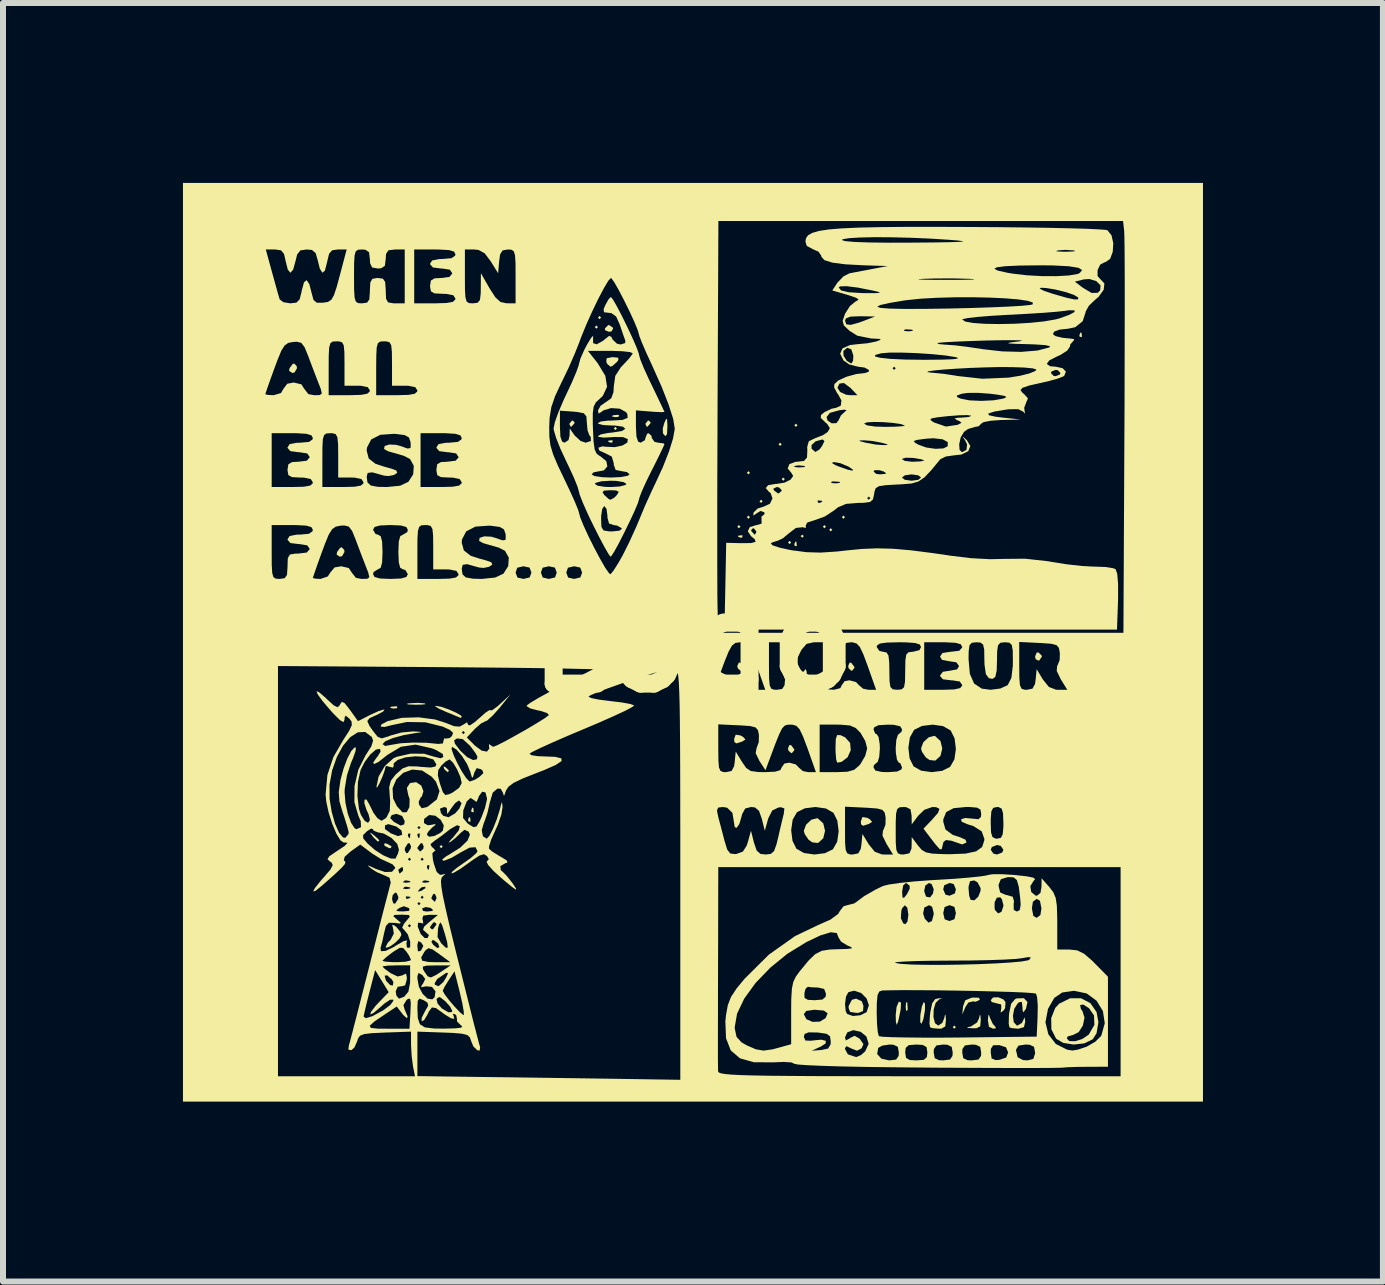
<source format=kicad_pcb>
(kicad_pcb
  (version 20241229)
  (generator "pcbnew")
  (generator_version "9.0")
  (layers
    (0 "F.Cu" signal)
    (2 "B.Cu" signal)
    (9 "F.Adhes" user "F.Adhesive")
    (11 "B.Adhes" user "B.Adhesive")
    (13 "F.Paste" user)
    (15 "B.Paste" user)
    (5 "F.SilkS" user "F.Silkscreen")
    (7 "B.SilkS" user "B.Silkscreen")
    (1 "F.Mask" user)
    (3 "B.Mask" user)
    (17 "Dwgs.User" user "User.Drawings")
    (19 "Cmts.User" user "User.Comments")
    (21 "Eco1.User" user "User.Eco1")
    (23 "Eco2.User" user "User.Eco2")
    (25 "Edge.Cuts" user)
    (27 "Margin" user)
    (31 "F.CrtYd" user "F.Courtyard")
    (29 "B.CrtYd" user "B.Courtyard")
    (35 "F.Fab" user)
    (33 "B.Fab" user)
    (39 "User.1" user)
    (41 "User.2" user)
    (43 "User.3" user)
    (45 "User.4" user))
  (footprint "Logo"
    (layer "F.Cu")
    (at 8.502 7.657)
    (property "Reference" "Logo" (at 0 0 0) (layer "F.SilkS") (effects (font (size 1.524 1.524) (thickness 0.3))))
    (attr board_only exclude_from_pos_files exclude_from_bom)
    (fp_poly (pts (xy -4.172 3.406) (xy -4.198 3.432) (xy -4.225 3.406) (xy -4.198 3.38)) (stroke (width 0) (type solid)) (fill yes) (layer "F.SilkS"))
    (fp_poly (pts (xy -1.584 -5.254) (xy -1.611 -5.228) (xy -1.637 -5.254) (xy -1.611 -5.281)) (stroke (width 0) (type solid)) (fill yes) (layer "F.SilkS"))
    (fp_poly (pts (xy -1.531 -5.413) (xy -1.558 -5.386) (xy -1.584 -5.413) (xy -1.558 -5.439)) (stroke (width 0) (type solid)) (fill yes) (layer "F.SilkS"))
    (fp_poly (pts (xy -1.267 -3.564) (xy -1.294 -3.538) (xy -1.32 -3.564) (xy -1.294 -3.591)) (stroke (width 0) (type solid)) (fill yes) (layer "F.SilkS"))
    (fp_poly (pts (xy 0.792 -1.927) (xy 0.766 -1.901) (xy 0.739 -1.927) (xy 0.766 -1.954)) (stroke (width 0) (type solid)) (fill yes) (layer "F.SilkS"))
    (fp_poly (pts (xy 0.951 -2.825) (xy 0.924 -2.799) (xy 0.898 -2.825) (xy 0.924 -2.852)) (stroke (width 0) (type solid)) (fill yes) (layer "F.SilkS"))
    (fp_poly (pts (xy 0.951 -2.086) (xy 0.924 -2.059) (xy 0.898 -2.086) (xy 0.924 -2.112)) (stroke (width 0) (type solid)) (fill yes) (layer "F.SilkS"))
    (fp_poly (pts (xy 1.162 -2.35) (xy 1.135 -2.323) (xy 1.109 -2.35) (xy 1.135 -2.376)) (stroke (width 0) (type solid)) (fill yes) (layer "F.SilkS"))
    (fp_poly (pts (xy 1.479 -3.3) (xy 1.452 -3.274) (xy 1.426 -3.3) (xy 1.452 -3.327)) (stroke (width 0) (type solid)) (fill yes) (layer "F.SilkS"))
    (fp_poly (pts (xy 1.531 -2.72) (xy 1.505 -2.693) (xy 1.479 -2.72) (xy 1.505 -2.746)) (stroke (width 0) (type solid)) (fill yes) (layer "F.SilkS"))
    (fp_poly (pts (xy 1.637 -1.663) (xy 1.611 -1.637) (xy 1.584 -1.663) (xy 1.611 -1.69)) (stroke (width 0) (type solid)) (fill yes) (layer "F.SilkS"))
    (fp_poly (pts (xy 1.743 -3.617) (xy 1.716 -3.591) (xy 1.69 -3.617) (xy 1.716 -3.644)) (stroke (width 0) (type solid)) (fill yes) (layer "F.SilkS"))
    (fp_poly (pts (xy 1.848 -1.769) (xy 1.822 -1.743) (xy 1.795 -1.769) (xy 1.822 -1.795)) (stroke (width 0) (type solid)) (fill yes) (layer "F.SilkS"))
    (fp_poly (pts (xy 2.218 -1.927) (xy 2.191 -1.901) (xy 2.165 -1.927) (xy 2.191 -1.954)) (stroke (width 0) (type solid)) (fill yes) (layer "F.SilkS"))
    (fp_poly (pts (xy 2.323 -1.875) (xy 2.297 -1.848) (xy 2.271 -1.875) (xy 2.297 -1.901)) (stroke (width 0) (type solid)) (fill yes) (layer "F.SilkS"))
    (fp_poly (pts (xy 2.535 -2.086) (xy 2.508 -2.059) (xy 2.482 -2.086) (xy 2.508 -2.112)) (stroke (width 0) (type solid)) (fill yes) (layer "F.SilkS"))
    (fp_poly (pts (xy 4.383 6.416) (xy 4.357 6.442) (xy 4.33 6.416) (xy 4.357 6.39)) (stroke (width 0) (type solid)) (fill yes) (layer "F.SilkS"))
    (fp_poly (pts (xy -4.925 1.077) (xy -4.941 1.101) (xy -4.995 1.105) (xy -5.051 1.092) (xy -5.027 1.073) (xy -4.944 1.067)) (stroke (width 0) (type solid)) (fill yes) (layer "F.SilkS"))
    (fp_poly (pts (xy -3.714 2.922) (xy -3.708 2.985) (xy -3.714 2.992) (xy -3.745 2.985) (xy -3.749 2.957) (xy -3.73 2.914)) (stroke (width 0) (type solid)) (fill yes) (layer "F.SilkS"))
    (fp_poly (pts (xy -3.661 2.764) (xy -3.655 2.826) (xy -3.661 2.834) (xy -3.693 2.827) (xy -3.696 2.799) (xy -3.677 2.755)) (stroke (width 0) (type solid)) (fill yes) (layer "F.SilkS"))
    (fp_poly (pts (xy -1.338 -3.362) (xy -1.345 -3.331) (xy -1.373 -3.327) (xy -1.416 -3.346) (xy -1.408 -3.362) (xy -1.346 -3.368)) (stroke (width 0) (type solid)) (fill yes) (layer "F.SilkS"))
    (fp_poly (pts (xy -1.229 -3.781) (xy -1.245 -3.757) (xy -1.298 -3.753) (xy -1.355 -3.766) (xy -1.33 -3.785) (xy -1.248 -3.792)) (stroke (width 0) (type solid)) (fill yes) (layer "F.SilkS"))
    (fp_poly (pts (xy 0.827 -1.778) (xy 0.82 -1.746) (xy 0.792 -1.743) (xy 0.749 -1.762) (xy 0.757 -1.778) (xy 0.82 -1.784)) (stroke (width 0) (type solid)) (fill yes) (layer "F.SilkS"))
    (fp_poly (pts (xy 1.725 -1.672) (xy 1.731 -1.61) (xy 1.725 -1.602) (xy 1.694 -1.609) (xy 1.69 -1.637) (xy 1.709 -1.68)) (stroke (width 0) (type solid)) (fill yes) (layer "F.SilkS"))
    (fp_poly (pts (xy 3.573 6.007) (xy 3.58 6.115) (xy 3.573 6.139) (xy 3.554 6.145) (xy 3.546 6.073) (xy 3.555 5.998)) (stroke (width 0) (type solid)) (fill yes) (layer "F.SilkS"))
    (fp_poly (pts (xy 6.478 -5.157) (xy 6.484 -5.095) (xy 6.478 -5.087) (xy 6.446 -5.094) (xy 6.442 -5.122) (xy 6.462 -5.166)) (stroke (width 0) (type solid)) (fill yes) (layer "F.SilkS"))
    (fp_poly (pts (xy -5.099 3.359) (xy -5.024 3.402) (xy -5.037 3.43) (xy -5.066 3.432) (xy -5.138 3.394) (xy -5.148 3.38) (xy -5.14 3.35)) (stroke (width 0) (type solid)) (fill yes) (layer "F.SilkS"))
    (fp_poly (pts (xy -4.127 2.081) (xy -4.07 2.134) (xy -4.082 2.165) (xy -4.089 2.165) (xy -4.134 2.128) (xy -4.15 2.104) (xy -4.157 2.068)) (stroke (width 0) (type solid)) (fill yes) (layer "F.SilkS"))
    (fp_poly (pts (xy -6.606 -4.604) (xy -6.601 -4.568) (xy -6.642 -4.498) (xy -6.678 -4.489) (xy -6.732 -4.524) (xy -6.726 -4.568) (xy -6.674 -4.638) (xy -6.648 -4.647)) (stroke (width 0) (type solid)) (fill yes) (layer "F.SilkS"))
    (fp_poly (pts (xy -5.814 -1.541) (xy -5.809 -1.505) (xy -5.85 -1.435) (xy -5.886 -1.426) (xy -5.94 -1.461) (xy -5.933 -1.505) (xy -5.882 -1.575) (xy -5.856 -1.584)) (stroke (width 0) (type solid)) (fill yes) (layer "F.SilkS"))
    (fp_poly (pts (xy -5.359 3.185) (xy -5.32 3.214) (xy -5.247 3.28) (xy -5.228 3.307) (xy -5.254 3.323) (xy -5.324 3.255) (xy -5.34 3.234) (xy -5.386 3.172)) (stroke (width 0) (type solid)) (fill yes) (layer "F.SilkS"))
    (fp_poly (pts (xy -4.475 1.019) (xy -4.453 1.031) (xy -4.523 1.039) (xy -4.621 1.041) (xy -4.74 1.037) (xy -4.775 1.028) (xy -4.739 1.018) (xy -4.583 1.01)) (stroke (width 0) (type solid)) (fill yes) (layer "F.SilkS"))
    (fp_poly (pts (xy -1.972 -3.664) (xy -1.98 -3.644) (xy -2.028 -3.593) (xy -2.036 -3.591) (xy -2.059 -3.632) (xy -2.059 -3.644) (xy -2.019 -3.694) (xy -2.004 -3.696)) (stroke (width 0) (type solid)) (fill yes) (layer "F.SilkS"))
    (fp_poly (pts (xy -1.337 -5.247) (xy -1.33 -5.232) (xy -1.356 -5.184) (xy -1.399 -5.175) (xy -1.465 -5.202) (xy -1.468 -5.232) (xy -1.414 -5.286) (xy -1.399 -5.289)) (stroke (width 0) (type solid)) (fill yes) (layer "F.SilkS"))
    (fp_poly (pts (xy -0.705 -3.664) (xy -0.713 -3.644) (xy -0.76 -3.593) (xy -0.769 -3.591) (xy -0.791 -3.632) (xy -0.792 -3.644) (xy -0.752 -3.694) (xy -0.736 -3.696)) (stroke (width 0) (type solid)) (fill yes) (layer "F.SilkS"))
    (fp_poly (pts (xy -0.431 -3.713) (xy -0.426 -3.604) (xy -0.432 -3.47) (xy -0.46 -3.436) (xy -0.499 -3.48) (xy -0.504 -3.561) (xy -0.479 -3.652) (xy -0.445 -3.727)) (stroke (width 0) (type solid)) (fill yes) (layer "F.SilkS"))
    (fp_poly (pts (xy 0.792 0.343) (xy 0.843 0.411) (xy 0.845 0.426) (xy 0.805 0.474) (xy 0.792 0.475) (xy 0.746 0.432) (xy 0.739 0.393) (xy 0.765 0.338)) (stroke (width 0) (type solid)) (fill yes) (layer "F.SilkS"))
    (fp_poly (pts (xy 0.795 1.554) (xy 0.836 1.578) (xy 0.875 1.621) (xy 0.819 1.656) (xy 0.723 1.686) (xy 0.69 1.662) (xy 0.686 1.611) (xy 0.713 1.54)) (stroke (width 0) (type solid)) (fill yes) (layer "F.SilkS"))
    (fp_poly (pts (xy 1.637 1.716) (xy 1.688 1.784) (xy 1.69 1.799) (xy 1.65 1.847) (xy 1.637 1.848) (xy 1.591 1.805) (xy 1.584 1.766) (xy 1.61 1.711)) (stroke (width 0) (type solid)) (fill yes) (layer "F.SilkS"))
    (fp_poly (pts (xy 2.64 0.343) (xy 2.691 0.411) (xy 2.693 0.426) (xy 2.653 0.474) (xy 2.64 0.475) (xy 2.594 0.432) (xy 2.588 0.393) (xy 2.613 0.338)) (stroke (width 0) (type solid)) (fill yes) (layer "F.SilkS"))
    (fp_poly (pts (xy 2.907 2.927) (xy 2.948 2.951) (xy 2.987 2.994) (xy 2.931 3.029) (xy 2.835 3.059) (xy 2.802 3.035) (xy 2.799 2.984) (xy 2.825 2.913)) (stroke (width 0) (type solid)) (fill yes) (layer "F.SilkS"))
    (fp_poly (pts (xy 5.814 0.223) (xy 5.817 0.238) (xy 5.776 0.3) (xy 5.76 0.307) (xy 5.712 0.281) (xy 5.703 0.238) (xy 5.73 0.172) (xy 5.76 0.169)) (stroke (width 0) (type solid)) (fill yes) (layer "F.SilkS"))
    (fp_poly (pts (xy -1.246 -4.744) (xy -1.244 -4.705) (xy -1.267 -4.673) (xy -1.341 -4.607) (xy -1.374 -4.594) (xy -1.426 -4.636) (xy -1.445 -4.673) (xy -1.439 -4.734) (xy -1.346 -4.753) (xy -1.338 -4.753)) (stroke (width 0) (type solid)) (fill yes) (layer "F.SilkS"))
    (fp_poly (pts (xy 2.814 5.984) (xy 2.842 6.06) (xy 2.835 6.148) (xy 2.762 6.177) (xy 2.72 6.178) (xy 2.619 6.162) (xy 2.594 6.096) (xy 2.597 6.06) (xy 2.65 5.96) (xy 2.72 5.941)) (stroke (width 0) (type solid)) (fill yes) (layer "F.SilkS"))
    (fp_poly (pts (xy 3.468 6.006) (xy 3.463 6.115) (xy 3.455 6.16) (xy 3.421 6.321) (xy 3.397 6.378) (xy 3.383 6.33) (xy 3.38 6.217) (xy 3.394 6.081) (xy 3.429 5.997) (xy 3.436 5.991)) (stroke (width 0) (type solid)) (fill yes) (layer "F.SilkS"))
    (fp_poly (pts (xy 4.94 6.224) (xy 4.95 6.258) (xy 4.999 6.363) (xy 5.036 6.402) (xy 5.052 6.434) (xy 5.003 6.442) (xy 4.934 6.41) (xy 4.917 6.301) (xy 4.917 6.297) (xy 4.925 6.21)) (stroke (width 0) (type solid)) (fill yes) (layer "F.SilkS"))
    (fp_poly (pts (xy 4.768 5.926) (xy 4.783 5.961) (xy 4.712 5.993) (xy 4.672 5.986) (xy 4.592 6.005) (xy 4.542 6.08) (xy 4.49 6.205) (xy 4.502 6.073) (xy 4.538 5.97) (xy 4.641 5.927) (xy 4.666 5.923)) (stroke (width 0) (type solid)) (fill yes) (layer "F.SilkS"))
    (fp_poly (pts (xy 4.794 6.236) (xy 4.798 6.297) (xy 4.789 6.402) (xy 4.725 6.435) (xy 4.66 6.435) (xy 4.571 6.428) (xy 4.583 6.416) (xy 4.631 6.406) (xy 4.736 6.338) (xy 4.769 6.268) (xy 4.785 6.203)) (stroke (width 0) (type solid)) (fill yes) (layer "F.SilkS"))
    (fp_poly (pts (xy -4.201 1.075) (xy -4.075 1.118) (xy -3.952 1.172) (xy -3.869 1.22) (xy -3.855 1.238) (xy -3.868 1.262) (xy -3.92 1.241) (xy -4.038 1.192) (xy -4.119 1.159) (xy -4.241 1.104) (xy -4.297 1.067) (xy -4.289 1.059)) (stroke (width 0) (type solid)) (fill yes) (layer "F.SilkS"))
    (fp_poly (pts (xy 2.083 2.937) (xy 2.172 3.019) (xy 2.202 3.143) (xy 2.172 3.268) (xy 2.085 3.346) (xy 1.991 3.336) (xy 1.929 3.294) (xy 1.863 3.198) (xy 1.848 3.142) (xy 1.886 3.04) (xy 1.974 2.958) (xy 2.07 2.933)) (stroke (width 0) (type solid)) (fill yes) (layer "F.SilkS"))
    (fp_poly (pts (xy 2.462 1.549) (xy 2.538 1.586) (xy 2.62 1.678) (xy 2.63 1.8) (xy 2.578 1.917) (xy 2.477 1.994) (xy 2.406 2.007) (xy 2.388 1.959) (xy 2.378 1.84) (xy 2.376 1.769) (xy 2.381 1.614) (xy 2.404 1.546)) (stroke (width 0) (type solid)) (fill yes) (layer "F.SilkS"))
    (fp_poly (pts (xy 3.868 6.027) (xy 3.867 6.13) (xy 3.864 6.156) (xy 3.841 6.284) (xy 3.811 6.357) (xy 3.807 6.36) (xy 3.789 6.33) (xy 3.79 6.227) (xy 3.793 6.201) (xy 3.816 6.073) (xy 3.846 6) (xy 3.85 5.997)) (stroke (width 0) (type solid)) (fill yes) (layer "F.SilkS"))
    (fp_poly (pts (xy 4.037 1.564) (xy 4.126 1.646) (xy 4.156 1.77) (xy 4.126 1.895) (xy 4.039 1.973) (xy 3.945 1.963) (xy 3.883 1.921) (xy 3.817 1.825) (xy 3.802 1.769) (xy 3.84 1.667) (xy 3.928 1.585) (xy 4.023 1.56)) (stroke (width 0) (type solid)) (fill yes) (layer "F.SilkS"))
    (fp_poly (pts (xy 5.175 5.954) (xy 5.21 5.997) (xy 5.204 6.1) (xy 5.174 6.142) (xy 5.128 6.174) (xy 5.137 6.118) (xy 5.139 6.112) (xy 5.139 6.038) (xy 5.068 6.02) (xy 4.983 5.998) (xy 4.964 5.967) (xy 5.003 5.921) (xy 5.089 5.918)) (stroke (width 0) (type solid)) (fill yes) (layer "F.SilkS"))
    (fp_poly (pts (xy -4.977 4.721) (xy -4.945 4.746) (xy -4.875 4.83) (xy -4.86 4.878) (xy -4.892 4.938) (xy -4.966 5.011) (xy -5.049 5.07) (xy -5.11 5.093) (xy -5.122 5.078) (xy -5.086 5.008) (xy -5.042 4.963) (xy -4.987 4.856) (xy -4.997 4.785) (xy -5.014 4.709)) (stroke (width 0) (type solid)) (fill yes) (layer "F.SilkS"))
    (fp_poly (pts (xy 4.155 5.936) (xy 4.115 5.95) (xy 4.106 5.952) (xy 4.046 6.01) (xy 4.013 6.122) (xy 4.009 6.248) (xy 4.035 6.35) (xy 4.089 6.39) (xy 4.157 6.345) (xy 4.187 6.271) (xy 4.204 6.201) (xy 4.213 6.229) (xy 4.217 6.297) (xy 4.206 6.404) (xy 4.141 6.441) (xy 4.101 6.442) (xy 3.995 6.433) (xy 3.952 6.417) (xy 3.943 6.353) (xy 3.95 6.225) (xy 3.957 6.166) (xy 3.988 6.018) (xy 4.038 5.949) (xy 4.093 5.936)) (stroke (width 0) (type solid)) (fill yes) (layer "F.SilkS"))
    (fp_poly (pts (xy 5.576 5.997) (xy 5.552 6.107) (xy 5.552 6.107) (xy 5.51 6.169) (xy 5.495 6.137) (xy 5.493 6.08) (xy 5.482 5.995) (xy 5.439 6) (xy 5.413 6.02) (xy 5.356 6.11) (xy 5.334 6.228) (xy 5.348 6.334) (xy 5.398 6.389) (xy 5.409 6.39) (xy 5.484 6.346) (xy 5.508 6.297) (xy 5.527 6.25) (xy 5.537 6.304) (xy 5.539 6.324) (xy 5.518 6.416) (xy 5.426 6.442) (xy 5.421 6.442) (xy 5.316 6.433) (xy 5.275 6.419) (xy 5.264 6.356) (xy 5.267 6.229) (xy 5.271 6.183) (xy 5.304 6.026) (xy 5.371 5.948) (xy 5.397 5.937) (xy 5.517 5.933)) (stroke (width 0) (type solid)) (fill yes) (layer "F.SilkS"))
    (fp_poly (pts (xy 6.47 5.935) (xy 6.625 6.016) (xy 6.728 6.164) (xy 6.759 6.332) (xy 6.728 6.519) (xy 6.663 6.619) (xy 6.526 6.686) (xy 6.348 6.706) (xy 6.174 6.679) (xy 6.055 6.61) (xy 6.05 6.601) (xy 6.231 6.601) (xy 6.272 6.648) (xy 6.369 6.651) (xy 6.487 6.615) (xy 6.591 6.546) (xy 6.599 6.538) (xy 6.692 6.379) (xy 6.686 6.221) (xy 6.601 6.099) (xy 6.506 6.039) (xy 6.454 6.047) (xy 6.467 6.113) (xy 6.494 6.151) (xy 6.527 6.259) (xy 6.5 6.389) (xy 6.43 6.499) (xy 6.334 6.548) (xy 6.33 6.548) (xy 6.248 6.571) (xy 6.231 6.601) (xy 6.05 6.601) (xy 5.975 6.452) (xy 5.972 6.266) (xy 6.039 6.096) (xy 6.106 6.024) (xy 6.289 5.934)) (stroke (width 0) (type solid)) (fill yes) (layer "F.SilkS"))
    (fp_poly (pts (xy -1.332 -5.712) (xy -1.266 -5.596) (xy -1.181 -5.433) (xy -1.09 -5.247) (xy -1.005 -5.065) (xy -0.938 -4.91) (xy -0.901 -4.807) (xy -0.898 -4.786) (xy -0.876 -4.71) (xy -0.817 -4.565) (xy -0.731 -4.377) (xy -0.686 -4.284) (xy -0.594 -4.093) (xy -0.522 -3.942) (xy -0.481 -3.854) (xy -0.475 -3.84) (xy -0.522 -3.836) (xy -0.641 -3.841) (xy -0.713 -3.847) (xy -0.951 -3.866) (xy -0.951 -3.596) (xy -0.942 -3.428) (xy -0.914 -3.345) (xy -0.871 -3.327) (xy -0.801 -3.369) (xy -0.792 -3.406) (xy -0.764 -3.476) (xy -0.739 -3.485) (xy -0.692 -3.442) (xy -0.686 -3.406) (xy -0.642 -3.342) (xy -0.581 -3.327) (xy -0.495 -3.317) (xy -0.475 -3.304) (xy -0.498 -3.249) (xy -0.558 -3.124) (xy -0.644 -2.95) (xy -0.686 -2.868) (xy -0.781 -2.675) (xy -0.854 -2.513) (xy -0.893 -2.41) (xy -0.897 -2.39) (xy -0.919 -2.318) (xy -0.976 -2.182) (xy -1.057 -2.009) (xy -1.148 -1.823) (xy -1.237 -1.648) (xy -1.313 -1.51) (xy -1.363 -1.434) (xy -1.373 -1.426) (xy -1.407 -1.47) (xy -1.476 -1.59) (xy -1.569 -1.765) (xy -1.651 -1.928) (xy -1.715 -2.059) (xy -1.531 -2.059) (xy -1.526 -1.924) (xy -1.491 -1.864) (xy -1.4 -1.849) (xy -1.343 -1.848) (xy -1.223 -1.861) (xy -1.185 -1.894) (xy -1.188 -1.901) (xy -1.263 -1.945) (xy -1.323 -1.954) (xy -1.399 -1.98) (xy -1.425 -2.076) (xy -1.426 -2.112) (xy -1.441 -2.223) (xy -1.478 -2.271) (xy -1.479 -2.271) (xy -1.512 -2.224) (xy -1.53 -2.107) (xy -1.531 -2.059) (xy -1.715 -2.059) (xy -1.755 -2.143) (xy -1.837 -2.329) (xy -1.889 -2.462) (xy -1.898 -2.499) (xy -1.507 -2.499) (xy -1.479 -2.456) (xy -1.406 -2.389) (xy -1.373 -2.376) (xy -1.31 -2.412) (xy -1.267 -2.456) (xy -1.237 -2.509) (xy -1.282 -2.531) (xy -1.373 -2.535) (xy -1.484 -2.528) (xy -1.507 -2.499) (xy -1.898 -2.499) (xy -1.901 -2.512) (xy -1.924 -2.593) (xy -1.943 -2.64) (xy -1.637 -2.64) (xy -1.59 -2.61) (xy -1.468 -2.591) (xy -1.373 -2.588) (xy -1.222 -2.597) (xy -1.127 -2.621) (xy -1.109 -2.64) (xy -1.156 -2.67) (xy -1.278 -2.69) (xy -1.373 -2.693) (xy -1.524 -2.684) (xy -1.619 -2.659) (xy -1.637 -2.64) (xy -1.943 -2.64) (xy -1.984 -2.742) (xy -2.071 -2.931) (xy -2.112 -3.016) (xy -2.208 -3.222) (xy -2.281 -3.406) (xy -2.32 -3.537) (xy -2.323 -3.568) (xy -2.301 -3.672) (xy -2.241 -3.84) (xy -2.232 -3.861) (xy -2.218 -3.861) (xy -2.218 -3.594) (xy -2.21 -3.427) (xy -2.181 -3.345) (xy -2.139 -3.327) (xy -2.074 -3.372) (xy -2.057 -3.446) (xy -2.054 -3.564) (xy -1.971 -3.446) (xy -1.875 -3.357) (xy -1.789 -3.327) (xy -1.701 -3.355) (xy -1.705 -3.424) (xy -1.729 -3.455) (xy -1.757 -3.531) (xy -1.769 -3.66) (xy -1.769 -3.661) (xy -1.777 -3.767) (xy -1.82 -3.818) (xy -1.928 -3.839) (xy -1.993 -3.845) (xy -2.218 -3.861) (xy -2.232 -3.861) (xy -2.154 -4.043) (xy -2.112 -4.132) (xy -2.018 -4.333) (xy -1.945 -4.505) (xy -1.904 -4.62) (xy -1.899 -4.647) (xy -1.873 -4.737) (xy -1.819 -4.858) (xy -1.751 -4.858) (xy -1.589 -4.653) (xy -1.461 -4.442) (xy -1.432 -4.259) (xy -1.503 -4.107) (xy -1.553 -4.06) (xy -1.618 -4) (xy -1.655 -3.929) (xy -1.67 -3.819) (xy -1.67 -3.641) (xy -1.667 -3.554) (xy -1.657 -3.345) (xy -1.639 -3.216) (xy -1.606 -3.144) (xy -1.551 -3.103) (xy -1.54 -3.098) (xy -1.445 -3.02) (xy -1.427 -2.932) (xy -1.484 -2.866) (xy -1.558 -2.852) (xy -1.657 -2.833) (xy -1.69 -2.799) (xy -1.642 -2.771) (xy -1.516 -2.752) (xy -1.373 -2.746) (xy -1.204 -2.754) (xy -1.09 -2.775) (xy -1.056 -2.799) (xy -1.101 -2.838) (xy -1.188 -2.852) (xy -1.289 -2.873) (xy -1.32 -2.959) (xy -1.32 -2.983) (xy -1.353 -3.095) (xy -1.452 -3.147) (xy -1.559 -3.194) (xy -1.578 -3.243) (xy -1.51 -3.266) (xy -1.442 -3.259) (xy -1.303 -3.253) (xy -1.176 -3.28) (xy -1.094 -3.329) (xy -1.086 -3.386) (xy -1.163 -3.42) (xy -1.315 -3.422) (xy -1.353 -3.419) (xy -1.492 -3.412) (xy -1.574 -3.425) (xy -1.584 -3.436) (xy -1.537 -3.465) (xy -1.417 -3.489) (xy -1.346 -3.496) (xy -1.186 -3.521) (xy -1.127 -3.558) (xy -1.167 -3.594) (xy -1.303 -3.613) (xy -1.36 -3.614) (xy -1.497 -3.621) (xy -1.576 -3.642) (xy -1.584 -3.654) (xy -1.537 -3.68) (xy -1.418 -3.695) (xy -1.355 -3.696) (xy -1.174 -3.707) (xy -1.089 -3.742) (xy -1.094 -3.806) (xy -1.116 -3.837) (xy -1.22 -3.894) (xy -1.365 -3.904) (xy -1.493 -3.866) (xy -1.521 -3.844) (xy -1.572 -3.812) (xy -1.584 -3.862) (xy -1.541 -3.942) (xy -1.452 -4.004) (xy -1.362 -4.067) (xy -1.325 -4.169) (xy -1.32 -4.267) (xy -1.295 -4.441) (xy -1.202 -4.585) (xy -1.163 -4.625) (xy -1.065 -4.73) (xy -1.009 -4.805) (xy -1.005 -4.819) (xy -1.052 -4.838) (xy -1.179 -4.852) (xy -1.359 -4.858) (xy -1.377 -4.858) (xy -1.751 -4.858) (xy -1.819 -4.858) (xy -1.81 -4.878) (xy -1.765 -4.964) (xy -1.699 -5.073) (xy -1.664 -5.11) (xy -1.665 -5.083) (xy -1.665 -4.987) (xy -1.605 -4.967) (xy -1.499 -5.026) (xy -1.471 -5.05) (xy -1.397 -5.108) (xy -1.359 -5.09) (xy -1.342 -5.05) (xy -1.268 -4.978) (xy -1.205 -4.964) (xy -1.129 -4.989) (xy -1.128 -5.03) (xy -1.161 -5.121) (xy -1.209 -5.262) (xy -1.219 -5.294) (xy -1.281 -5.431) (xy -1.359 -5.487) (xy -1.403 -5.492) (xy -1.483 -5.502) (xy -1.489 -5.554) (xy -1.46 -5.623) (xy -1.406 -5.72) (xy -1.368 -5.756)) (stroke (width 0) (type solid)) (fill yes) (layer "F.SilkS"))
    (fp_poly (pts (xy 5.34 3.878) (xy 5.368 3.88) (xy 5.566 3.902) (xy 5.674 3.924) (xy 5.704 3.949) (xy 5.677 3.98) (xy 5.624 4.066) (xy 5.639 4.162) (xy 5.708 4.221) (xy 5.735 4.225) (xy 5.793 4.178) (xy 5.81 4.079) (xy 5.812 3.934) (xy 5.942 4.082) (xy 6.007 4.167) (xy 6.046 4.259) (xy 6.066 4.388) (xy 6.072 4.581) (xy 6.073 4.676) (xy 6.073 5.122) (xy 6.273 5.122) (xy 6.405 5.136) (xy 6.52 5.192) (xy 6.654 5.307) (xy 6.695 5.349) (xy 6.918 5.575) (xy 6.918 7.076) (xy 6.588 7.077) (xy 6.395 7.079) (xy 6.232 7.085) (xy 6.152 7.092) (xy 6.078 7.094) (xy 5.909 7.096) (xy 5.659 7.097) (xy 5.338 7.097) (xy 4.959 7.096) (xy 4.532 7.094) (xy 4.071 7.092) (xy 3.868 7.09) (xy 3.344 7.085) (xy 2.878 7.079) (xy 2.477 7.071) (xy 2.15 7.061) (xy 1.905 7.05) (xy 1.749 7.039) (xy 1.69 7.027) (xy 1.69 7.026) (xy 1.641 7.004) (xy 1.511 6.996) (xy 1.333 7.003) (xy 1.017 7.001) (xy 0.784 6.936) (xy 0.63 6.804) (xy 0.551 6.601) (xy 0.544 6.418) (xy 0.696 6.418) (xy 0.697 6.44) (xy 0.727 6.579) (xy 0.809 6.669) (xy 0.898 6.72) (xy 1.05 6.786) (xy 1.177 6.807) (xy 1.327 6.786) (xy 1.439 6.756) (xy 1.637 6.701) (xy 1.637 6.578) (xy 1.848 6.578) (xy 1.874 6.639) (xy 1.967 6.643) (xy 1.99 6.639) (xy 2.137 6.625) (xy 2.215 6.644) (xy 2.212 6.688) (xy 2.132 6.739) (xy 1.98 6.809) (xy 2.139 6.797) (xy 2.215 6.781) (xy 2.535 6.781) (xy 2.582 6.869) (xy 2.711 6.912) (xy 2.725 6.914) (xy 2.801 6.881) (xy 2.821 6.864) (xy 3.071 6.864) (xy 3.14 6.941) (xy 3.272 6.97) (xy 3.386 6.957) (xy 3.428 6.897) (xy 3.432 6.838) (xy 3.538 6.838) (xy 3.552 6.928) (xy 3.614 6.964) (xy 3.723 6.97) (xy 3.848 6.961) (xy 3.899 6.916) (xy 3.908 6.838) (xy 4.013 6.838) (xy 4.03 6.933) (xy 4.103 6.967) (xy 4.172 6.97) (xy 4.285 6.956) (xy 4.326 6.896) (xy 4.33 6.838) (xy 4.489 6.838) (xy 4.506 6.933) (xy 4.578 6.967) (xy 4.647 6.97) (xy 4.76 6.956) (xy 4.802 6.896) (xy 4.805 6.838) (xy 4.964 6.838) (xy 4.979 6.938) (xy 5.045 6.965) (xy 5.109 6.961) (xy 5.222 6.922) (xy 5.254 6.838) (xy 5.24 6.803) (xy 5.386 6.803) (xy 5.412 6.917) (xy 5.502 6.965) (xy 5.58 6.97) (xy 5.674 6.946) (xy 5.703 6.855) (xy 5.703 6.838) (xy 5.686 6.744) (xy 5.614 6.71) (xy 5.545 6.706) (xy 5.427 6.724) (xy 5.387 6.788) (xy 5.386 6.803) (xy 5.24 6.803) (xy 5.219 6.752) (xy 5.109 6.716) (xy 5.004 6.718) (xy 4.967 6.777) (xy 4.964 6.838) (xy 4.805 6.838) (xy 4.788 6.744) (xy 4.716 6.71) (xy 4.647 6.706) (xy 4.534 6.721) (xy 4.492 6.781) (xy 4.489 6.838) (xy 4.33 6.838) (xy 4.313 6.744) (xy 4.241 6.71) (xy 4.172 6.706) (xy 4.059 6.721) (xy 4.017 6.781) (xy 4.013 6.838) (xy 3.908 6.838) (xy 3.894 6.749) (xy 3.832 6.713) (xy 3.723 6.706) (xy 3.598 6.716) (xy 3.547 6.761) (xy 3.538 6.838) (xy 3.432 6.838) (xy 3.415 6.743) (xy 3.341 6.709) (xy 3.277 6.706) (xy 3.155 6.724) (xy 3.088 6.762) (xy 3.071 6.864) (xy 2.821 6.864) (xy 2.871 6.82) (xy 2.929 6.693) (xy 2.89 6.57) (xy 2.796 6.494) (xy 2.673 6.466) (xy 2.573 6.503) (xy 2.535 6.587) (xy 2.548 6.638) (xy 2.605 6.608) (xy 2.617 6.599) (xy 2.694 6.56) (xy 2.772 6.604) (xy 2.786 6.618) (xy 2.842 6.699) (xy 2.813 6.766) (xy 2.808 6.771) (xy 2.735 6.809) (xy 2.639 6.771) (xy 2.56 6.733) (xy 2.535 6.764) (xy 2.535 6.781) (xy 2.215 6.781) (xy 2.253 6.773) (xy 2.294 6.704) (xy 2.297 6.654) (xy 2.285 6.569) (xy 2.229 6.527) (xy 2.101 6.508) (xy 2.073 6.505) (xy 1.928 6.503) (xy 1.862 6.529) (xy 1.848 6.578) (xy 1.637 6.578) (xy 1.637 6.2) (xy 1.848 6.2) (xy 1.892 6.284) (xy 1.994 6.328) (xy 2.115 6.324) (xy 2.211 6.266) (xy 2.245 6.186) (xy 2.183 6.14) (xy 2.024 6.126) (xy 1.888 6.146) (xy 1.848 6.2) (xy 1.637 6.2) (xy 1.637 6.183) (xy 1.638 6.03) (xy 2.535 6.03) (xy 2.546 6.148) (xy 2.57 6.196) (xy 2.665 6.23) (xy 2.791 6.218) (xy 2.887 6.17) (xy 3.063 6.17) (xy 3.068 6.356) (xy 3.081 6.499) (xy 3.099 6.566) (xy 3.099 6.567) (xy 3.16 6.576) (xy 3.311 6.583) (xy 3.539 6.588) (xy 3.827 6.591) (xy 4.163 6.591) (xy 4.432 6.589) (xy 5.73 6.574) (xy 5.741 6.335) (xy 5.876 6.335) (xy 5.925 6.536) (xy 6.049 6.696) (xy 6.236 6.791) (xy 6.325 6.806) (xy 6.416 6.791) (xy 6.551 6.746) (xy 6.572 6.737) (xy 6.708 6.658) (xy 6.802 6.565) (xy 6.808 6.556) (xy 6.865 6.35) (xy 6.834 6.148) (xy 6.728 5.975) (xy 6.563 5.854) (xy 6.354 5.81) (xy 6.157 5.838) (xy 6.023 5.929) (xy 5.922 6.105) (xy 5.918 6.115) (xy 5.876 6.335) (xy 5.741 6.335) (xy 5.745 6.237) (xy 5.748 6.055) (xy 5.737 5.917) (xy 5.719 5.857) (xy 5.66 5.848) (xy 5.513 5.838) (xy 5.295 5.829) (xy 5.024 5.821) (xy 4.717 5.813) (xy 4.393 5.807) (xy 4.067 5.802) (xy 3.758 5.8) (xy 3.484 5.799) (xy 3.261 5.802) (xy 3.155 5.805) (xy 3.106 5.822) (xy 3.077 5.882) (xy 3.065 6.009) (xy 3.063 6.17) (xy 2.887 6.17) (xy 2.891 6.168) (xy 2.896 6.162) (xy 2.933 6.051) (xy 2.894 5.937) (xy 2.804 5.847) (xy 2.688 5.808) (xy 2.591 5.833) (xy 2.551 5.907) (xy 2.535 6.03) (xy 1.638 6.03) (xy 1.639 5.941) (xy 1.645 5.848) (xy 1.858 5.848) (xy 1.86 5.928) (xy 1.916 5.961) (xy 2.029 5.967) (xy 2.158 5.956) (xy 2.211 5.911) (xy 2.218 5.862) (xy 2.187 5.779) (xy 2.086 5.756) (xy 1.969 5.751) (xy 1.914 5.743) (xy 1.877 5.776) (xy 1.858 5.848) (xy 1.645 5.848) (xy 1.649 5.776) (xy 1.672 5.664) (xy 1.714 5.575) (xy 1.781 5.483) (xy 1.782 5.482) (xy 1.897 5.343) (xy 3.365 5.343) (xy 3.368 5.345) (xy 3.463 5.361) (xy 3.638 5.372) (xy 3.875 5.377) (xy 4.153 5.378) (xy 4.453 5.374) (xy 4.754 5.366) (xy 5.038 5.354) (xy 5.285 5.339) (xy 5.474 5.322) (xy 5.586 5.302) (xy 5.607 5.293) (xy 5.633 5.253) (xy 5.583 5.249) (xy 5.49 5.266) (xy 5.38 5.279) (xy 5.185 5.29) (xy 4.924 5.299) (xy 4.619 5.305) (xy 4.292 5.307) (xy 3.985 5.309) (xy 3.725 5.314) (xy 3.525 5.322) (xy 3.401 5.331) (xy 3.365 5.343) (xy 1.897 5.343) (xy 1.926 5.307) (xy 2.037 5.2) (xy 2.145 5.144) (xy 2.278 5.122) (xy 2.412 5.117) (xy 2.577 5.112) (xy 2.649 5.102) (xy 2.639 5.082) (xy 2.574 5.054) (xy 2.47 4.991) (xy 2.429 4.926) (xy 2.397 4.847) (xy 2.297 4.834) (xy 2.124 4.887) (xy 1.891 4.998) (xy 1.575 5.192) (xy 1.289 5.425) (xy 1.044 5.679) (xy 0.855 5.94) (xy 0.735 6.192) (xy 0.696 6.418) (xy 0.544 6.418) (xy 0.54 6.32) (xy 0.551 6.214) (xy 0.581 6.049) (xy 0.634 5.913) (xy 0.728 5.77) (xy 0.861 5.609) (xy 1.267 5.206) (xy 1.702 4.898) (xy 2.065 4.724) (xy 2.295 4.622) (xy 2.322 4.601) (xy 3.466 4.601) (xy 3.505 4.685) (xy 3.542 4.7) (xy 3.576 4.654) (xy 3.591 4.543) (xy 3.591 4.541) (xy 3.588 4.524) (xy 3.837 4.524) (xy 3.865 4.609) (xy 3.927 4.674) (xy 3.983 4.647) (xy 4.012 4.541) (xy 4.013 4.515) (xy 4.172 4.515) (xy 4.196 4.618) (xy 4.277 4.647) (xy 4.36 4.616) (xy 4.383 4.515) (xy 4.364 4.436) (xy 5.028 4.436) (xy 5.037 4.466) (xy 5.088 4.52) (xy 5.144 4.492) (xy 5.174 4.4) (xy 5.175 4.383) (xy 5.15 4.283) (xy 5.122 4.251) (xy 5.065 4.259) (xy 5.029 4.333) (xy 5.028 4.436) (xy 4.364 4.436) (xy 4.358 4.411) (xy 4.277 4.383) (xy 4.195 4.414) (xy 4.172 4.515) (xy 4.013 4.515) (xy 4.013 4.512) (xy 3.987 4.41) (xy 3.938 4.383) (xy 3.856 4.423) (xy 3.837 4.524) (xy 3.588 4.524) (xy 3.573 4.424) (xy 3.532 4.384) (xy 3.487 4.434) (xy 3.474 4.475) (xy 3.466 4.601) (xy 2.322 4.601) (xy 2.421 4.529) (xy 2.445 4.486) (xy 2.51 4.401) (xy 2.572 4.383) (xy 2.688 4.354) (xy 2.731 4.324) (xy 2.854 4.232) (xy 2.982 4.159) (xy 3.487 4.159) (xy 3.493 4.256) (xy 3.519 4.259) (xy 3.564 4.204) (xy 3.594 4.147) (xy 3.854 4.147) (xy 3.883 4.234) (xy 3.889 4.241) (xy 3.952 4.254) (xy 4.001 4.19) (xy 4.013 4.119) (xy 4.172 4.119) (xy 4.209 4.207) (xy 4.277 4.225) (xy 4.366 4.187) (xy 4.383 4.119) (xy 4.378 4.106) (xy 4.594 4.106) (xy 4.605 4.228) (xy 4.629 4.294) (xy 4.692 4.302) (xy 4.756 4.241) (xy 4.794 4.146) (xy 4.795 4.098) (xy 4.778 4.066) (xy 5.096 4.066) (xy 5.121 4.17) (xy 5.215 4.212) (xy 5.233 4.214) (xy 5.332 4.243) (xy 5.352 4.318) (xy 5.346 4.359) (xy 5.348 4.462) (xy 5.4 4.489) (xy 5.448 4.464) (xy 5.453 4.436) (xy 5.65 4.436) (xy 5.674 4.562) (xy 5.73 4.594) (xy 5.792 4.547) (xy 5.809 4.436) (xy 5.785 4.31) (xy 5.73 4.277) (xy 5.667 4.325) (xy 5.65 4.436) (xy 5.453 4.436) (xy 5.463 4.373) (xy 5.455 4.264) (xy 5.431 4.072) (xy 5.399 3.964) (xy 5.346 3.919) (xy 5.259 3.915) (xy 5.241 3.917) (xy 5.132 3.951) (xy 5.097 4.036) (xy 5.096 4.066) (xy 4.778 4.066) (xy 4.743 4.001) (xy 4.687 3.97) (xy 4.619 3.983) (xy 4.595 4.071) (xy 4.594 4.106) (xy 4.378 4.106) (xy 4.346 4.031) (xy 4.277 4.013) (xy 4.189 4.051) (xy 4.172 4.119) (xy 4.013 4.119) (xy 4.013 4.116) (xy 3.979 4.032) (xy 3.934 4.013) (xy 3.874 4.055) (xy 3.854 4.147) (xy 3.594 4.147) (xy 3.613 4.109) (xy 3.612 4.058) (xy 3.552 4.011) (xy 3.504 4.054) (xy 3.487 4.159) (xy 2.982 4.159) (xy 3.044 4.123) (xy 3.168 4.063) (xy 3.267 4.038) (xy 3.449 4.012) (xy 3.69 3.987) (xy 3.968 3.966) (xy 4.076 3.96) (xy 4.355 3.943) (xy 4.597 3.923) (xy 4.784 3.904) (xy 4.894 3.887) (xy 4.912 3.881) (xy 4.991 3.867) (xy 5.144 3.866)) (stroke (width 0) (type solid)) (fill yes) (layer "F.SilkS"))
    (fp_poly (pts (xy 4.616 -6.923) (xy 5.092 -6.92) (xy 5.536 -6.915) (xy 5.938 -6.909) (xy 6.285 -6.901) (xy 6.567 -6.893) (xy 6.771 -6.883) (xy 6.888 -6.874) (xy 6.909 -6.869) (xy 6.978 -6.783) (xy 7.007 -6.652) (xy 6.998 -6.51) (xy 6.955 -6.393) (xy 6.879 -6.338) (xy 6.867 -6.337) (xy 6.789 -6.296) (xy 6.745 -6.203) (xy 6.745 -6.105) (xy 6.793 -6.051) (xy 6.859 -5.982) (xy 6.847 -5.877) (xy 6.762 -5.759) (xy 6.706 -5.711) (xy 6.601 -5.611) (xy 6.548 -5.517) (xy 6.546 -5.504) (xy 6.497 -5.352) (xy 6.373 -5.252) (xy 6.252 -5.227) (xy 6.11 -5.212) (xy 6.02 -5.178) (xy 6.001 -5.135) (xy 6.046 -5.103) (xy 6.167 -5.075) (xy 6.275 -5.065) (xy 6.355 -5.054) (xy 6.35 -5.034) (xy 6.29 -4.965) (xy 6.284 -4.929) (xy 6.239 -4.862) (xy 6.126 -4.79) (xy 6.074 -4.767) (xy 5.939 -4.698) (xy 5.898 -4.64) (xy 5.953 -4.602) (xy 6.046 -4.594) (xy 6.162 -4.569) (xy 6.217 -4.511) (xy 6.19 -4.444) (xy 6.172 -4.431) (xy 6.082 -4.396) (xy 5.928 -4.353) (xy 5.809 -4.326) (xy 5.605 -4.28) (xy 5.493 -4.242) (xy 5.46 -4.204) (xy 5.494 -4.158) (xy 5.521 -4.137) (xy 5.584 -4.066) (xy 5.559 -4.007) (xy 5.522 -3.91) (xy 5.527 -3.862) (xy 5.537 -3.81) (xy 5.506 -3.844) (xy 5.423 -3.886) (xy 5.26 -3.884) (xy 5.223 -3.879) (xy 5.021 -3.845) (xy 4.924 -3.813) (xy 4.932 -3.785) (xy 5.046 -3.76) (xy 5.149 -3.747) (xy 5.465 -3.714) (xy 5.135 -3.705) (xy 4.964 -3.693) (xy 4.845 -3.67) (xy 4.805 -3.644) (xy 4.761 -3.6) (xy 4.704 -3.591) (xy 4.584 -3.555) (xy 4.519 -3.508) (xy 4.463 -3.415) (xy 4.438 -3.3) (xy 4.445 -3.205) (xy 4.485 -3.168) (xy 4.559 -3.207) (xy 4.57 -3.298) (xy 4.536 -3.369) (xy 4.493 -3.429) (xy 4.514 -3.416) (xy 4.566 -3.369) (xy 4.624 -3.271) (xy 4.59 -3.186) (xy 4.477 -3.13) (xy 4.352 -3.116) (xy 4.215 -3.097) (xy 4.125 -3.052) (xy 4.122 -3.05) (xy 3.97 -2.865) (xy 3.857 -2.747) (xy 3.758 -2.68) (xy 3.644 -2.647) (xy 3.489 -2.634) (xy 3.406 -2.63) (xy 3.213 -2.619) (xy 3.101 -2.602) (xy 3.046 -2.568) (xy 3.025 -2.508) (xy 3.02 -2.469) (xy 3.001 -2.382) (xy 2.953 -2.339) (xy 2.846 -2.325) (xy 2.745 -2.323) (xy 2.552 -2.307) (xy 2.416 -2.249) (xy 2.351 -2.197) (xy 2.199 -2.097) (xy 2.03 -2.036) (xy 1.907 -1.997) (xy 1.879 -1.947) (xy 1.882 -1.942) (xy 1.881 -1.906) (xy 1.828 -1.918) (xy 1.716 -1.906) (xy 1.605 -1.821) (xy 1.497 -1.732) (xy 1.407 -1.69) (xy 1.4 -1.69) (xy 1.314 -1.661) (xy 1.298 -1.644) (xy 1.332 -1.614) (xy 1.447 -1.577) (xy 1.619 -1.539) (xy 1.652 -1.533) (xy 1.892 -1.502) (xy 2.126 -1.495) (xy 2.4 -1.513) (xy 2.551 -1.53) (xy 2.818 -1.556) (xy 3.072 -1.566) (xy 3.336 -1.559) (xy 3.635 -1.533) (xy 3.996 -1.487) (xy 4.304 -1.442) (xy 4.634 -1.402) (xy 4.951 -1.385) (xy 5.191 -1.39) (xy 5.537 -1.393) (xy 5.918 -1.351) (xy 5.983 -1.339) (xy 6.231 -1.3) (xy 6.482 -1.272) (xy 6.685 -1.261) (xy 6.703 -1.261) (xy 6.874 -1.255) (xy 7.003 -1.235) (xy 7.046 -1.218) (xy 7.073 -1.14) (xy 7.087 -0.972) (xy 7.087 -0.729) (xy 7.086 -0.691) (xy 7.069 -0.211) (xy 0.525 -0.211) (xy 0.54 -0.935) (xy 0.554 -1.658) (xy 0.805 -1.652) (xy 0.973 -1.654) (xy 1.045 -1.675) (xy 1.028 -1.72) (xy 0.969 -1.768) (xy 0.914 -1.85) (xy 0.923 -1.869) (xy 0.969 -1.869) (xy 0.977 -1.848) (xy 1.024 -1.798) (xy 1.033 -1.795) (xy 1.056 -1.836) (xy 1.056 -1.848) (xy 1.016 -1.899) (xy 1 -1.901) (xy 0.969 -1.869) (xy 0.923 -1.869) (xy 0.948 -1.921) (xy 1.056 -1.954) (xy 1.065 -1.954) (xy 1.144 -1.978) (xy 1.143 -2.033) (xy 1.143 -2.101) (xy 1.167 -2.112) (xy 1.196 -2.145) (xy 1.187 -2.168) (xy 1.125 -2.189) (xy 1.069 -2.154) (xy 1.009 -2.113) (xy 1.007 -2.149) (xy 1.012 -2.165) (xy 1.079 -2.23) (xy 1.179 -2.261) (xy 1.283 -2.309) (xy 1.307 -2.359) (xy 2.077 -2.359) (xy 2.084 -2.327) (xy 2.112 -2.323) (xy 2.156 -2.343) (xy 2.147 -2.359) (xy 2.085 -2.365) (xy 2.077 -2.359) (xy 1.307 -2.359) (xy 1.326 -2.397) (xy 1.324 -2.403) (xy 2.904 -2.403) (xy 2.931 -2.376) (xy 2.957 -2.403) (xy 2.931 -2.429) (xy 2.904 -2.403) (xy 1.324 -2.403) (xy 1.295 -2.487) (xy 1.267 -2.508) (xy 1.221 -2.562) (xy 1.342 -2.562) (xy 1.347 -2.535) (xy 1.414 -2.484) (xy 1.429 -2.482) (xy 1.477 -2.522) (xy 1.479 -2.535) (xy 1.436 -2.581) (xy 1.396 -2.588) (xy 1.342 -2.562) (xy 1.221 -2.562) (xy 1.213 -2.57) (xy 1.253 -2.618) (xy 1.375 -2.64) (xy 1.393 -2.64) (xy 1.495 -2.656) (xy 2.304 -2.656) (xy 2.376 -2.649) (xy 2.451 -2.657) (xy 2.442 -2.675) (xy 2.334 -2.682) (xy 2.31 -2.675) (xy 2.304 -2.656) (xy 1.495 -2.656) (xy 1.527 -2.661) (xy 1.627 -2.711) (xy 1.652 -2.746) (xy 3.485 -2.746) (xy 3.531 -2.709) (xy 3.642 -2.693) (xy 3.644 -2.693) (xy 3.755 -2.708) (xy 3.802 -2.745) (xy 3.802 -2.746) (xy 3.756 -2.783) (xy 3.646 -2.799) (xy 3.644 -2.799) (xy 3.532 -2.783) (xy 3.485 -2.747) (xy 3.485 -2.746) (xy 1.652 -2.746) (xy 1.671 -2.772) (xy 1.64 -2.824) (xy 1.621 -2.847) (xy 3.01 -2.847) (xy 3.054 -2.808) (xy 3.116 -2.799) (xy 3.202 -2.807) (xy 3.221 -2.819) (xy 3.178 -2.847) (xy 3.116 -2.867) (xy 3.031 -2.87) (xy 3.01 -2.847) (xy 1.621 -2.847) (xy 1.579 -2.898) (xy 1.59 -2.924) (xy 1.682 -2.924) (xy 1.753 -2.915) (xy 1.769 -2.915) (xy 1.859 -2.92) (xy 1.867 -2.937) (xy 1.862 -2.939) (xy 1.758 -2.949) (xy 1.704 -2.941) (xy 1.682 -2.924) (xy 1.59 -2.924) (xy 1.607 -2.969) (xy 1.662 -2.99) (xy 2.314 -2.99) (xy 2.379 -2.951) (xy 2.429 -2.931) (xy 2.585 -2.876) (xy 2.665 -2.86) (xy 2.662 -2.882) (xy 2.588 -2.931) (xy 2.452 -2.987) (xy 2.35 -3.004) (xy 2.314 -2.99) (xy 1.662 -2.99) (xy 1.709 -3.008) (xy 1.743 -3.01) (xy 1.852 -3.023) (xy 1.877 -3.052) (xy 3.485 -3.052) (xy 3.532 -3.024) (xy 3.646 -3.01) (xy 3.67 -3.01) (xy 3.792 -3.015) (xy 3.853 -3.028) (xy 3.855 -3.031) (xy 3.809 -3.05) (xy 3.695 -3.07) (xy 3.67 -3.073) (xy 3.548 -3.077) (xy 3.487 -3.058) (xy 3.485 -3.052) (xy 1.877 -3.052) (xy 1.901 -3.079) (xy 1.907 -3.206) (xy 1.904 -3.254) (xy 1.913 -3.287) (xy 1.976 -3.287) (xy 1.977 -3.227) (xy 2.04 -3.172) (xy 2.111 -3.216) (xy 2.153 -3.274) (xy 2.192 -3.354) (xy 2.181 -3.364) (xy 2.773 -3.364) (xy 2.788 -3.351) (xy 2.878 -3.327) (xy 3.041 -3.297) (xy 3.168 -3.287) (xy 3.247 -3.289) (xy 3.232 -3.302) (xy 3.142 -3.327) (xy 2.987 -3.356) (xy 3.681 -3.356) (xy 3.701 -3.327) (xy 3.756 -3.295) (xy 3.889 -3.247) (xy 4.043 -3.225) (xy 4.176 -3.232) (xy 4.247 -3.268) (xy 4.247 -3.338) (xy 4.161 -3.384) (xy 4.007 -3.401) (xy 3.888 -3.394) (xy 3.738 -3.374) (xy 3.681 -3.356) (xy 2.987 -3.356) (xy 2.979 -3.357) (xy 2.852 -3.367) (xy 2.773 -3.364) (xy 2.181 -3.364) (xy 2.164 -3.379) (xy 2.152 -3.379) (xy 2.044 -3.35) (xy 1.976 -3.287) (xy 1.913 -3.287) (xy 1.931 -3.351) (xy 2.037 -3.402) (xy 2.168 -3.453) (xy 2.246 -3.506) (xy 2.282 -3.57) (xy 2.238 -3.639) (xy 2.23 -3.646) (xy 2.852 -3.646) (xy 2.901 -3.616) (xy 3.037 -3.596) (xy 3.204 -3.591) (xy 3.377 -3.594) (xy 3.495 -3.602) (xy 3.534 -3.612) (xy 3.534 -3.613) (xy 3.464 -3.638) (xy 3.332 -3.657) (xy 3.171 -3.67) (xy 3.015 -3.673) (xy 2.898 -3.666) (xy 2.852 -3.646) (xy 2.23 -3.646) (xy 2.204 -3.669) (xy 2.13 -3.741) (xy 2.131 -3.754) (xy 2.227 -3.754) (xy 2.244 -3.696) (xy 2.313 -3.65) (xy 2.392 -3.653) (xy 2.429 -3.704) (xy 2.431 -3.708) (xy 3.957 -3.708) (xy 4.002 -3.674) (xy 4.02 -3.664) (xy 4.218 -3.596) (xy 4.411 -3.625) (xy 4.414 -3.626) (xy 4.477 -3.658) (xy 4.443 -3.687) (xy 4.405 -3.702) (xy 4.36 -3.729) (xy 4.407 -3.742) (xy 4.484 -3.746) (xy 4.596 -3.755) (xy 4.638 -3.774) (xy 4.636 -3.778) (xy 4.573 -3.787) (xy 4.435 -3.784) (xy 4.252 -3.77) (xy 4.251 -3.77) (xy 4.067 -3.749) (xy 3.974 -3.731) (xy 3.957 -3.708) (xy 2.431 -3.708) (xy 2.467 -3.782) (xy 2.516 -3.828) (xy 2.561 -3.869) (xy 2.523 -3.878) (xy 2.437 -3.867) (xy 2.282 -3.824) (xy 2.227 -3.754) (xy 2.131 -3.754) (xy 2.135 -3.789) (xy 2.192 -3.836) (xy 2.313 -3.894) (xy 2.386 -3.908) (xy 2.464 -3.944) (xy 2.475 -4.032) (xy 2.432 -4.111) (xy 4.396 -4.111) (xy 4.407 -4.086) (xy 4.462 -4.062) (xy 4.606 -4.033) (xy 4.805 -4.024) (xy 5.012 -4.034) (xy 5.175 -4.063) (xy 5.225 -4.086) (xy 5.195 -4.107) (xy 5.075 -4.128) (xy 4.957 -4.143) (xy 4.756 -4.158) (xy 4.581 -4.157) (xy 4.481 -4.143) (xy 4.396 -4.111) (xy 2.432 -4.111) (xy 2.417 -4.138) (xy 2.405 -4.151) (xy 2.356 -4.243) (xy 2.408 -4.243) (xy 2.453 -4.173) (xy 2.555 -4.126) (xy 2.619 -4.119) (xy 2.742 -4.119) (xy 2.625 -4.241) (xy 2.517 -4.322) (xy 2.442 -4.313) (xy 2.408 -4.243) (xy 2.356 -4.243) (xy 2.354 -4.247) (xy 2.357 -4.304) (xy 2.426 -4.366) (xy 2.561 -4.427) (xy 2.725 -4.472) (xy 2.868 -4.488) (xy 2.912 -4.504) (xy 3.904 -4.504) (xy 3.973 -4.495) (xy 3.987 -4.494) (xy 4.189 -4.474) (xy 4.395 -4.442) (xy 4.409 -4.439) (xy 4.824 -4.393) (xy 5.263 -4.412) (xy 5.455 -4.443) (xy 5.61 -4.482) (xy 5.626 -4.489) (xy 5.967 -4.489) (xy 6.01 -4.442) (xy 6.046 -4.436) (xy 6.117 -4.464) (xy 6.126 -4.489) (xy 6.083 -4.535) (xy 6.046 -4.541) (xy 5.976 -4.513) (xy 5.967 -4.489) (xy 5.626 -4.489) (xy 5.707 -4.522) (xy 5.725 -4.548) (xy 5.664 -4.566) (xy 5.52 -4.58) (xy 5.315 -4.587) (xy 5.106 -4.588) (xy 4.856 -4.582) (xy 4.607 -4.573) (xy 4.375 -4.56) (xy 4.175 -4.546) (xy 4.019 -4.531) (xy 3.924 -4.517) (xy 3.904 -4.504) (xy 2.912 -4.504) (xy 2.932 -4.511) (xy 2.931 -4.541) (xy 2.882 -4.568) (xy 3.327 -4.568) (xy 3.353 -4.541) (xy 3.38 -4.568) (xy 3.353 -4.594) (xy 3.327 -4.568) (xy 2.882 -4.568) (xy 2.859 -4.58) (xy 2.751 -4.594) (xy 2.606 -4.631) (xy 2.509 -4.699) (xy 2.454 -4.81) (xy 2.474 -4.856) (xy 2.507 -4.856) (xy 2.51 -4.778) (xy 2.564 -4.691) (xy 2.638 -4.647) (xy 2.641 -4.647) (xy 2.669 -4.692) (xy 2.673 -4.764) (xy 3.036 -4.764) (xy 3.124 -4.742) (xy 3.293 -4.724) (xy 3.534 -4.713) (xy 3.839 -4.709) (xy 3.881 -4.709) (xy 4.164 -4.712) (xy 4.343 -4.719) (xy 4.421 -4.732) (xy 4.399 -4.749) (xy 4.383 -4.753) (xy 4.216 -4.78) (xy 3.989 -4.803) (xy 3.734 -4.82) (xy 3.484 -4.829) (xy 3.274 -4.829) (xy 3.136 -4.817) (xy 3.038 -4.789) (xy 3.036 -4.764) (xy 2.673 -4.764) (xy 2.674 -4.779) (xy 2.64 -4.883) (xy 2.572 -4.91) (xy 2.507 -4.856) (xy 2.474 -4.856) (xy 2.493 -4.899) (xy 2.619 -4.955) (xy 2.739 -4.969) (xy 2.91 -4.985) (xy 2.92 -4.987) (xy 4.071 -4.987) (xy 4.102 -4.971) (xy 4.205 -4.961) (xy 4.229 -4.96) (xy 4.369 -4.95) (xy 4.572 -4.925) (xy 4.798 -4.892) (xy 4.832 -4.886) (xy 5.157 -4.849) (xy 5.472 -4.841) (xy 5.745 -4.864) (xy 5.936 -4.913) (xy 5.954 -4.936) (xy 5.872 -4.954) (xy 5.688 -4.966) (xy 5.598 -4.969) (xy 5.386 -4.975) (xy 5.273 -4.981) (xy 5.252 -4.989) (xy 5.315 -5.001) (xy 5.439 -5.016) (xy 5.489 -5.027) (xy 5.444 -5.034) (xy 5.313 -5.036) (xy 5.108 -5.035) (xy 4.912 -5.031) (xy 4.629 -5.022) (xy 4.386 -5.012) (xy 4.201 -5.002) (xy 4.092 -4.992) (xy 4.071 -4.987) (xy 2.92 -4.987) (xy 3.059 -5.015) (xy 3.063 -5.017) (xy 3.13 -5.043) (xy 3.113 -5.057) (xy 3.001 -5.063) (xy 2.973 -5.064) (xy 2.739 -5.111) (xy 2.612 -5.191) (xy 3.518 -5.191) (xy 3.591 -5.183) (xy 3.666 -5.192) (xy 3.657 -5.21) (xy 3.549 -5.217) (xy 3.525 -5.21) (xy 3.518 -5.191) (xy 2.612 -5.191) (xy 2.609 -5.193) (xy 2.516 -5.282) (xy 2.495 -5.358) (xy 2.496 -5.36) (xy 2.535 -5.36) (xy 2.556 -5.3) (xy 2.631 -5.291) (xy 2.777 -5.332) (xy 2.852 -5.36) (xy 2.906 -5.381) (xy 4.489 -5.381) (xy 4.538 -5.347) (xy 4.67 -5.323) (xy 4.866 -5.309) (xy 5.103 -5.305) (xy 5.361 -5.31) (xy 5.617 -5.325) (xy 5.852 -5.349) (xy 6.044 -5.382) (xy 6.109 -5.399) (xy 6.275 -5.459) (xy 6.361 -5.506) (xy 6.36 -5.533) (xy 6.267 -5.535) (xy 6.205 -5.526) (xy 6.074 -5.511) (xy 5.865 -5.494) (xy 5.603 -5.477) (xy 5.314 -5.461) (xy 5.241 -5.458) (xy 4.973 -5.442) (xy 4.747 -5.424) (xy 4.582 -5.405) (xy 4.496 -5.387) (xy 4.489 -5.381) (xy 2.906 -5.381) (xy 3.036 -5.431) (xy 2.786 -5.435) (xy 2.625 -5.429) (xy 2.549 -5.399) (xy 2.535 -5.36) (xy 2.496 -5.36) (xy 2.533 -5.47) (xy 2.54 -5.484) (xy 2.611 -5.595) (xy 3.072 -5.595) (xy 3.121 -5.575) (xy 3.271 -5.563) (xy 3.524 -5.557) (xy 3.88 -5.558) (xy 4.289 -5.564) (xy 4.652 -5.573) (xy 4.982 -5.584) (xy 5.264 -5.596) (xy 5.481 -5.609) (xy 5.619 -5.623) (xy 5.662 -5.632) (xy 5.666 -5.664) (xy 5.58 -5.692) (xy 5.42 -5.716) (xy 5.202 -5.734) (xy 4.942 -5.746) (xy 4.656 -5.752) (xy 4.36 -5.751) (xy 4.07 -5.743) (xy 3.801 -5.728) (xy 3.569 -5.704) (xy 3.522 -5.698) (xy 3.273 -5.656) (xy 3.123 -5.622) (xy 3.072 -5.595) (xy 2.611 -5.595) (xy 2.62 -5.608) (xy 2.713 -5.683) (xy 2.719 -5.685) (xy 2.762 -5.711) (xy 2.723 -5.742) (xy 2.591 -5.787) (xy 2.574 -5.792) (xy 2.323 -5.865) (xy 2.356 -5.915) (xy 2.429 -5.915) (xy 2.47 -5.865) (xy 2.597 -5.835) (xy 2.818 -5.821) (xy 2.904 -5.82) (xy 3.061 -5.821) (xy 3.119 -5.827) (xy 3.089 -5.842) (xy 3.01 -5.861) (xy 2.836 -5.895) (xy 5.78 -5.895) (xy 5.849 -5.86) (xy 5.99 -5.812) (xy 5.994 -5.811) (xy 6.219 -5.746) (xy 6.357 -5.715) (xy 6.421 -5.716) (xy 6.422 -5.746) (xy 6.42 -5.749) (xy 6.351 -5.791) (xy 6.215 -5.838) (xy 6.048 -5.879) (xy 5.887 -5.906) (xy 5.799 -5.91) (xy 5.78 -5.895) (xy 2.836 -5.895) (xy 2.753 -5.912) (xy 2.562 -5.936) (xy 2.452 -5.933) (xy 2.429 -5.915) (xy 2.356 -5.915) (xy 2.409 -5.996) (xy 2.425 -6.012) (xy 6.366 -6.012) (xy 6.497 -5.912) (xy 6.646 -5.823) (xy 6.749 -5.826) (xy 6.789 -5.867) (xy 6.794 -5.951) (xy 6.723 -6.021) (xy 6.608 -6.056) (xy 6.514 -6.049) (xy 6.366 -6.012) (xy 2.425 -6.012) (xy 2.464 -6.053) (xy 3.758 -6.053) (xy 3.771 -6.048) (xy 3.875 -6.044) (xy 4.06 -6.041) (xy 4.225 -6.041) (xy 4.46 -6.042) (xy 4.618 -6.045) (xy 4.693 -6.049) (xy 4.674 -6.055) (xy 4.607 -6.059) (xy 4.339 -6.066) (xy 4.041 -6.065) (xy 3.842 -6.059) (xy 3.758 -6.053) (xy 2.464 -6.053) (xy 2.509 -6.1) (xy 2.607 -6.15) (xy 2.725 -6.173) (xy 2.896 -6.205) (xy 2.984 -6.222) (xy 3.005 -6.226) (xy 5.024 -6.226) (xy 5.084 -6.195) (xy 5.248 -6.159) (xy 5.333 -6.145) (xy 5.564 -6.118) (xy 5.816 -6.104) (xy 6.059 -6.103) (xy 6.267 -6.115) (xy 6.41 -6.139) (xy 6.445 -6.154) (xy 6.488 -6.204) (xy 6.429 -6.242) (xy 6.269 -6.268) (xy 6.006 -6.282) (xy 5.784 -6.284) (xy 5.446 -6.28) (xy 5.206 -6.269) (xy 5.065 -6.251) (xy 5.024 -6.226) (xy 3.005 -6.226) (xy 3.248 -6.272) (xy 2.852 -6.284) (xy 2.538 -6.301) (xy 2.322 -6.329) (xy 2.192 -6.37) (xy 2.14 -6.428) (xy 2.139 -6.443) (xy 2.093 -6.511) (xy 2.071 -6.521) (xy 6.05 -6.521) (xy 6.107 -6.513) (xy 6.205 -6.51) (xy 6.33 -6.514) (xy 6.376 -6.523) (xy 6.351 -6.532) (xy 6.206 -6.542) (xy 6.087 -6.533) (xy 6.05 -6.521) (xy 2.071 -6.521) (xy 2.007 -6.549) (xy 1.897 -6.607) (xy 1.875 -6.681) (xy 1.879 -6.706) (xy 2.482 -6.706) (xy 2.534 -6.688) (xy 2.687 -6.674) (xy 2.936 -6.665) (xy 3.276 -6.661) (xy 3.63 -6.662) (xy 3.992 -6.665) (xy 4.253 -6.669) (xy 4.42 -6.674) (xy 4.499 -6.68) (xy 4.494 -6.688) (xy 4.413 -6.698) (xy 4.277 -6.709) (xy 3.961 -6.729) (xy 3.638 -6.743) (xy 3.323 -6.751) (xy 3.035 -6.753) (xy 2.791 -6.748) (xy 2.607 -6.737) (xy 2.501 -6.72) (xy 2.482 -6.706) (xy 1.879 -6.706) (xy 1.885 -6.738) (xy 1.92 -6.786) (xy 1.99 -6.825) (xy 2.101 -6.857) (xy 2.263 -6.882) (xy 2.483 -6.9) (xy 2.769 -6.913) (xy 3.129 -6.921) (xy 3.573 -6.925) (xy 4.107 -6.925)) (stroke (width 0) (type solid)) (fill yes) (layer "F.SilkS"))
    (fp_poly (pts (xy 8.502 7.657) (xy -8.502 7.657) (xy -8.502 0.396) (xy -6.918 0.396) (xy -6.918 3.815) (xy -6.918 7.235) (xy -4.634 7.235) (xy -4.634 7.232) (xy -4.594 7.232) (xy -3.498 7.247) (xy -3.066 7.252) (xy -2.573 7.259) (xy -2.065 7.266) (xy -1.587 7.273) (xy -1.307 7.277) (xy -0.211 7.294) (xy -0.211 6.786) (xy 0.416 6.786) (xy 0.416 6.963) (xy 0.418 7.104) (xy 0.419 7.155) (xy 0.43 7.171) (xy 0.464 7.185) (xy 0.531 7.197) (xy 0.636 7.207) (xy 0.789 7.215) (xy 0.995 7.221) (xy 1.262 7.226) (xy 1.598 7.229) (xy 2.01 7.232) (xy 2.505 7.233) (xy 3.092 7.234) (xy 3.776 7.235) (xy 7.129 7.235) (xy 7.129 3.749) (xy 0.422 3.749) (xy 0.419 5.122) (xy 0.418 5.51) (xy 0.417 5.879) (xy 0.417 6.211) (xy 0.416 6.487) (xy 0.416 6.69) (xy 0.416 6.786) (xy -0.211 6.786) (xy -0.211 3.858) (xy -0.211 3.17) (xy -0.212 2.807) (xy 0.4 2.807) (xy 0.423 2.918) (xy 0.467 3.083) (xy 0.517 3.275) (xy 0.528 3.317) (xy 0.572 3.458) (xy 0.622 3.521) (xy 0.701 3.531) (xy 0.726 3.528) (xy 0.832 3.49) (xy 0.896 3.389) (xy 0.916 3.327) (xy 0.967 3.142) (xy 1.017 3.34) (xy 1.062 3.472) (xy 1.125 3.528) (xy 1.211 3.538) (xy 1.298 3.528) (xy 1.352 3.481) (xy 1.392 3.37) (xy 1.419 3.261) (xy 1.448 3.133) (xy 1.637 3.133) (xy 1.659 3.31) (xy 1.724 3.441) (xy 1.85 3.513) (xy 2.024 3.538) (xy 2.201 3.516) (xy 2.333 3.451) (xy 2.404 3.326) (xy 2.429 3.151) (xy 2.407 2.974) (xy 2.342 2.843) (xy 2.217 2.771) (xy 2.042 2.746) (xy 1.865 2.768) (xy 1.734 2.833) (xy 1.662 2.958) (xy 1.637 3.133) (xy 1.448 3.133) (xy 1.461 3.078) (xy 1.499 2.919) (xy 1.514 2.86) (xy 1.524 2.77) (xy 1.467 2.75) (xy 1.423 2.755) (xy 1.321 2.805) (xy 1.256 2.934) (xy 1.249 2.957) (xy 1.198 3.142) (xy 1.148 2.944) (xy 1.101 2.81) (xy 1.035 2.754) (xy 0.97 2.746) (xy 0.871 2.771) (xy 0.82 2.865) (xy 0.81 2.905) (xy 0.773 3.029) (xy 0.729 3.093) (xy 0.696 3.082) (xy 0.686 3.017) (xy 0.658 2.844) (xy 0.57 2.758) (xy 0.5 2.746) (xy 0.42 2.756) (xy 0.4 2.807) (xy -0.212 2.807) (xy -0.212 2.741) (xy 2.535 2.741) (xy 2.535 3.139) (xy 2.536 3.342) (xy 2.546 3.461) (xy 2.572 3.518) (xy 2.619 3.537) (xy 2.663 3.538) (xy 2.756 3.519) (xy 2.798 3.442) (xy 2.809 3.366) (xy 2.825 3.195) (xy 2.929 3.366) (xy 3.03 3.491) (xy 3.148 3.536) (xy 3.184 3.538) (xy 3.335 3.538) (xy 3.227 3.362) (xy 3.159 3.223) (xy 3.167 3.142) (xy 3.38 3.142) (xy 3.381 3.343) (xy 3.391 3.462) (xy 3.417 3.518) (xy 3.465 3.537) (xy 3.512 3.538) (xy 3.609 3.518) (xy 3.643 3.439) (xy 3.645 3.393) (xy 3.647 3.248) (xy 3.752 3.389) (xy 3.813 3.46) (xy 3.883 3.502) (xy 3.989 3.523) (xy 4.159 3.531) (xy 4.276 3.533) (xy 4.544 3.523) (xy 4.721 3.485) (xy 4.757 3.459) (xy 4.964 3.459) (xy 5.008 3.523) (xy 5.069 3.538) (xy 5.155 3.505) (xy 5.175 3.459) (xy 5.131 3.394) (xy 5.069 3.38) (xy 4.983 3.413) (xy 4.964 3.459) (xy 4.757 3.459) (xy 4.821 3.413) (xy 4.857 3.301) (xy 4.858 3.277) (xy 4.813 3.152) (xy 4.675 3.064) (xy 4.581 3.035) (xy 4.522 3.01) (xy 4.964 3.01) (xy 4.969 3.168) (xy 4.993 3.247) (xy 5.045 3.273) (xy 5.069 3.274) (xy 5.133 3.26) (xy 5.164 3.201) (xy 5.175 3.071) (xy 5.175 3.01) (xy 5.169 2.852) (xy 5.146 2.773) (xy 5.094 2.747) (xy 5.069 2.746) (xy 5.006 2.76) (xy 4.974 2.819) (xy 4.964 2.949) (xy 4.964 3.01) (xy 4.522 3.01) (xy 4.48 2.992) (xy 4.47 2.951) (xy 4.54 2.929) (xy 4.649 2.939) (xy 4.759 2.95) (xy 4.801 2.911) (xy 4.805 2.858) (xy 4.793 2.79) (xy 4.737 2.757) (xy 4.611 2.746) (xy 4.552 2.746) (xy 4.344 2.766) (xy 4.222 2.831) (xy 4.174 2.948) (xy 4.172 2.988) (xy 4.209 3.12) (xy 4.329 3.21) (xy 4.449 3.249) (xy 4.542 3.29) (xy 4.562 3.336) (xy 4.492 3.369) (xy 4.47 3.364) (xy 4.307 3.308) (xy 4.217 3.297) (xy 4.176 3.331) (xy 4.162 3.387) (xy 4.147 3.45) (xy 4.114 3.449) (xy 4.047 3.374) (xy 3.994 3.306) (xy 3.843 3.107) (xy 3.981 2.963) (xy 4.086 2.843) (xy 4.109 2.776) (xy 4.053 2.749) (xy 3.991 2.746) (xy 3.857 2.793) (xy 3.755 2.891) (xy 3.647 3.036) (xy 3.645 2.891) (xy 3.626 2.784) (xy 3.553 2.748) (xy 3.512 2.746) (xy 3.444 2.751) (xy 3.405 2.781) (xy 3.386 2.857) (xy 3.38 3.003) (xy 3.38 3.142) (xy 3.167 3.142) (xy 3.167 3.139) (xy 3.174 3.131) (xy 3.209 3.042) (xy 3.212 2.924) (xy 3.197 2.841) (xy 3.158 2.794) (xy 3.07 2.771) (xy 2.907 2.759) (xy 2.865 2.757) (xy 2.535 2.741) (xy -0.212 2.741) (xy -0.212 2.58) (xy -0.213 2.081) (xy -0.215 1.664) (xy -0.218 1.368) (xy 0.422 1.368) (xy 0.422 1.767) (xy 0.424 1.969) (xy 0.434 2.088) (xy 0.459 2.145) (xy 0.507 2.164) (xy 0.551 2.165) (xy 0.643 2.146) (xy 0.685 2.069) (xy 0.696 1.993) (xy 0.713 1.822) (xy 0.817 1.993) (xy 0.887 2.095) (xy 0.964 2.146) (xy 1.086 2.163) (xy 1.2 2.165) (xy 1.371 2.157) (xy 1.457 2.131) (xy 1.479 2.086) (xy 1.524 2.022) (xy 1.605 2.007) (xy 1.714 2.036) (xy 1.762 2.086) (xy 1.832 2.147) (xy 1.921 2.165) (xy 2.05 2.165) (xy 2.112 2.165) (xy 2.399 2.165) (xy 2.576 2.158) (xy 2.687 2.126) (xy 2.735 2.086) (xy 3.01 2.086) (xy 3.041 2.138) (xy 3.147 2.162) (xy 3.248 2.165) (xy 3.404 2.155) (xy 3.476 2.119) (xy 3.485 2.086) (xy 3.457 2.016) (xy 3.432 2.007) (xy 3.401 1.959) (xy 3.382 1.84) (xy 3.38 1.769) (xy 3.38 1.76) (xy 3.591 1.76) (xy 3.612 1.937) (xy 3.678 2.069) (xy 3.803 2.14) (xy 3.978 2.165) (xy 4.155 2.143) (xy 4.286 2.078) (xy 4.358 1.953) (xy 4.383 1.778) (xy 4.361 1.601) (xy 4.296 1.47) (xy 4.17 1.398) (xy 3.996 1.373) (xy 3.818 1.395) (xy 3.687 1.46) (xy 3.616 1.586) (xy 3.591 1.76) (xy 3.38 1.76) (xy 3.39 1.627) (xy 3.417 1.542) (xy 3.432 1.531) (xy 3.479 1.489) (xy 3.485 1.452) (xy 3.454 1.4) (xy 3.348 1.376) (xy 3.248 1.373) (xy 3.091 1.383) (xy 3.02 1.419) (xy 3.01 1.452) (xy 3.038 1.522) (xy 3.063 1.531) (xy 3.094 1.579) (xy 3.113 1.698) (xy 3.116 1.769) (xy 3.105 1.911) (xy 3.079 1.996) (xy 3.063 2.007) (xy 3.016 2.049) (xy 3.01 2.086) (xy 2.735 2.086) (xy 2.769 2.057) (xy 2.795 2.026) (xy 2.872 1.893) (xy 2.904 1.77) (xy 2.904 1.769) (xy 2.872 1.645) (xy 2.795 1.513) (xy 2.795 1.512) (xy 2.714 1.429) (xy 2.616 1.387) (xy 2.463 1.374) (xy 2.399 1.373) (xy 2.112 1.373) (xy 2.112 2.165) (xy 2.05 2.165) (xy 1.91 1.769) (xy 1.835 1.57) (xy 1.778 1.451) (xy 1.724 1.393) (xy 1.658 1.374) (xy 1.631 1.373) (xy 1.572 1.375) (xy 1.526 1.392) (xy 1.484 1.439) (xy 1.437 1.534) (xy 1.373 1.693) (xy 1.284 1.932) (xy 1.267 1.977) (xy 1.209 2.133) (xy 1.109 1.98) (xy 1.045 1.849) (xy 1.061 1.763) (xy 1.062 1.761) (xy 1.097 1.664) (xy 1.1 1.548) (xy 1.084 1.466) (xy 1.044 1.42) (xy 0.955 1.397) (xy 0.789 1.385) (xy 0.752 1.384) (xy 0.422 1.368) (xy -0.218 1.368) (xy -0.218 1.324) (xy -0.222 1.051) (xy -0.228 0.84) (xy -0.231 0.769) (xy 0.37 0.769) (xy 0.415 0.786) (xy 0.502 0.792) (xy 0.608 0.765) (xy 0.634 0.713) (xy 0.679 0.649) (xy 0.76 0.634) (xy 0.87 0.663) (xy 0.917 0.713) (xy 0.987 0.774) (xy 1.076 0.792) (xy 1.205 0.792) (xy 1.065 0.396) (xy 1.065 0.396) (xy 1.267 0.396) (xy 1.269 0.597) (xy 1.279 0.716) (xy 1.304 0.773) (xy 1.353 0.791) (xy 1.399 0.792) (xy 1.487 0.779) (xy 1.526 0.719) (xy 1.538 0.594) (xy 1.546 0.492) (xy 1.562 0.472) (xy 1.568 0.488) (xy 1.634 0.566) (xy 1.691 0.581) (xy 1.798 0.539) (xy 1.844 0.488) (xy 1.879 0.447) (xy 1.895 0.489) (xy 1.899 0.594) (xy 1.909 0.725) (xy 1.948 0.781) (xy 2.033 0.792) (xy 2.1 0.787) (xy 2.125 0.769) (xy 2.218 0.769) (xy 2.263 0.786) (xy 2.35 0.792) (xy 2.456 0.765) (xy 2.482 0.713) (xy 2.528 0.649) (xy 2.608 0.634) (xy 2.718 0.663) (xy 2.765 0.713) (xy 2.836 0.774) (xy 2.924 0.792) (xy 3.053 0.792) (xy 2.913 0.396) (xy 2.839 0.197) (xy 2.782 0.079) (xy 3.063 0.079) (xy 3.107 0.144) (xy 3.168 0.158) (xy 3.227 0.17) (xy 3.259 0.221) (xy 3.272 0.335) (xy 3.274 0.475) (xy 3.277 0.651) (xy 3.292 0.746) (xy 3.33 0.784) (xy 3.401 0.792) (xy 3.406 0.792) (xy 3.855 0.792) (xy 4.172 0.792) (xy 4.356 0.786) (xy 4.454 0.764) (xy 4.488 0.722) (xy 4.489 0.713) (xy 4.448 0.654) (xy 4.321 0.634) (xy 4.304 0.634) (xy 4.167 0.617) (xy 4.119 0.562) (xy 4.119 0.554) (xy 4.166 0.492) (xy 4.277 0.475) (xy 4.403 0.452) (xy 4.436 0.396) (xy 4.389 0.333) (xy 4.277 0.317) (xy 4.152 0.293) (xy 4.143 0.279) (xy 4.594 0.279) (xy 4.616 0.527) (xy 4.687 0.688) (xy 4.815 0.773) (xy 4.963 0.792) (xy 5.124 0.771) (xy 5.242 0.717) (xy 5.25 0.709) (xy 5.308 0.594) (xy 5.332 0.392) (xy 5.333 0.313) (xy 5.331 0.139) (xy 5.315 0.045) (xy 5.276 0.007) (xy 5.203 0.000001) (xy 5.201 0) (xy 5.125 0.008) (xy 5.086 0.049) (xy 5.071 0.149) (xy 5.069 0.282) (xy 5.063 0.474) (xy 5.04 0.578) (xy 4.992 0.611) (xy 4.932 0.598) (xy 4.883 0.531) (xy 4.86 0.372) (xy 4.858 0.285) (xy 4.855 0.12) (xy 4.836 0.036) (xy 4.79 0.004) (xy 4.726 0) (xy 4.649 0.008) (xy 4.61 0.049) (xy 4.596 0.151) (xy 4.594 0.279) (xy 4.143 0.279) (xy 4.119 0.238) (xy 4.159 0.179) (xy 4.287 0.159) (xy 4.304 0.158) (xy 4.44 0.141) (xy 4.488 0.086) (xy 4.489 0.079) (xy 4.464 0.033) (xy 4.378 0.009) (xy 4.21 0.000156) (xy 4.172 0) (xy 3.855 0) (xy 3.855 0.792) (xy 3.406 0.792) (xy 3.479 0.785) (xy 3.519 0.749) (xy 3.535 0.657) (xy 3.538 0.486) (xy 3.538 0.475) (xy 3.541 0.3) (xy 3.556 0.205) (xy 3.594 0.166) (xy 3.665 0.158) (xy 3.67 0.158) (xy 3.776 0.131) (xy 3.802 0.079) (xy 3.78 0.036) (xy 3.702 0.012) (xy 3.548 0.001) (xy 3.432 0) (xy 3.232 0.005) (xy 3.117 0.021) (xy 3.068 0.054) (xy 3.063 0.079) (xy 2.782 0.079) (xy 2.782 0.078) (xy 2.727 0.02) (xy 2.661 0.001) (xy 2.633 0.000256) (xy 2.558 0.01) (xy 2.499 0.055) (xy 2.442 0.156) (xy 2.371 0.332) (xy 2.356 0.373) (xy 2.29 0.554) (xy 2.241 0.694) (xy 2.218 0.765) (xy 2.218 0.769) (xy 2.125 0.769) (xy 2.14 0.758) (xy 2.159 0.681) (xy 2.165 0.535) (xy 2.165 0.396) (xy 2.165 0) (xy 2.016 0) (xy 1.895 0.026) (xy 1.811 0.123) (xy 1.788 0.167) (xy 1.709 0.333) (xy 1.64 0.167) (xy 1.57 0.047) (xy 1.471 0.003) (xy 1.419 0) (xy 1.267 0) (xy 1.267 0.396) (xy 1.065 0.396) (xy 0.991 0.197) (xy 0.934 0.078) (xy 0.879 0.02) (xy 0.813 0.001) (xy 0.785 0.000256) (xy 0.709 0.01) (xy 0.651 0.055) (xy 0.594 0.156) (xy 0.523 0.332) (xy 0.508 0.373) (xy 0.441 0.554) (xy 0.393 0.694) (xy 0.37 0.765) (xy 0.37 0.769) (xy -0.231 0.769) (xy -0.235 0.681) (xy -0.244 0.568) (xy -0.255 0.493) (xy -0.268 0.449) (xy -0.283 0.428) (xy -0.301 0.422) (xy -0.302 0.422) (xy -0.388 0.438) (xy -0.544 0.481) (xy -0.748 0.542) (xy -0.977 0.616) (xy -1.209 0.694) (xy -1.424 0.77) (xy -1.598 0.836) (xy -1.711 0.885) (xy -1.743 0.906) (xy -1.694 0.93) (xy -1.567 0.956) (xy -1.388 0.979) (xy -1.372 0.981) (xy -1.186 1.003) (xy -1.045 1.029) (xy -0.98 1.052) (xy -0.979 1.053) (xy -1.018 1.083) (xy -1.14 1.147) (xy -1.33 1.235) (xy -1.572 1.342) (xy -1.827 1.45) (xy -2.109 1.569) (xy -2.356 1.677) (xy -2.552 1.766) (xy -2.68 1.829) (xy -2.725 1.857) (xy -2.694 1.882) (xy -2.586 1.899) (xy -2.498 1.902) (xy -2.296 1.91) (xy -2.193 1.936) (xy -2.19 1.98) (xy -2.287 2.045) (xy -2.487 2.133) (xy -2.596 2.175) (xy -2.834 2.269) (xy -2.988 2.343) (xy -3.077 2.409) (xy -3.119 2.476) (xy -3.122 2.487) (xy -3.149 2.561) (xy -3.162 2.533) (xy -3.163 2.518) (xy -3.204 2.443) (xy -3.259 2.439) (xy -3.337 2.506) (xy -3.388 2.675) (xy -3.388 2.678) (xy -3.427 2.847) (xy -3.475 2.988) (xy -3.486 3.012) (xy -3.521 3.133) (xy -3.502 3.234) (xy -3.438 3.274) (xy -3.394 3.228) (xy -3.334 3.111) (xy -3.271 2.952) (xy -3.218 2.783) (xy -3.203 2.72) (xy -3.186 2.664) (xy -3.177 2.709) (xy -3.175 2.75) (xy -3.195 2.875) (xy -3.253 3.043) (xy -3.298 3.142) (xy -3.365 3.292) (xy -3.4 3.404) (xy -3.4 3.442) (xy -3.339 3.494) (xy -3.224 3.565) (xy -3.205 3.575) (xy -3.104 3.637) (xy -3.093 3.672) (xy -3.129 3.684) (xy -3.211 3.732) (xy -3.204 3.799) (xy -3.171 3.827) (xy -3.11 3.888) (xy -3.022 3.998) (xy -3 4.028) (xy -2.95 4.104) (xy -2.951 4.124) (xy -3.012 4.082) (xy -3.141 3.976) (xy -3.188 3.936) (xy -3.326 3.811) (xy -3.415 3.712) (xy -3.441 3.658) (xy -3.436 3.654) (xy -3.403 3.615) (xy -3.434 3.563) (xy -3.484 3.533) (xy -3.561 3.556) (xy -3.687 3.64) (xy -3.731 3.673) (xy -3.871 3.773) (xy -3.982 3.839) (xy -4.026 3.855) (xy -4.019 3.829) (xy -3.94 3.763) (xy -3.838 3.691) (xy -3.702 3.595) (xy -3.613 3.516) (xy -3.591 3.483) (xy -3.626 3.416) (xy -3.725 3.424) (xy -3.879 3.507) (xy -3.885 3.511) (xy -4.023 3.592) (xy -4.138 3.638) (xy -4.166 3.641) (xy -4.179 3.619) (xy -4.112 3.567) (xy -4.066 3.541) (xy -3.879 3.423) (xy -3.759 3.307) (xy -3.718 3.208) (xy -3.74 3.157) (xy -3.808 3.126) (xy -3.868 3.174) (xy -3.966 3.268) (xy -4.04 3.326) (xy -4.074 3.34) (xy -4.037 3.292) (xy -3.999 3.254) (xy -3.905 3.137) (xy -3.886 3.064) (xy -3.935 3.051) (xy -4.043 3.112) (xy -4.063 3.127) (xy -4.193 3.229) (xy -4.306 3.308) (xy -4.31 3.311) (xy -4.376 3.366) (xy -4.353 3.412) (xy -4.33 3.429) (xy -4.291 3.474) (xy -4.311 3.484) (xy -4.345 3.517) (xy -4.335 3.623) (xy -4.319 3.693) (xy -4.272 3.829) (xy -4.217 3.877) (xy -4.179 3.873) (xy -4.123 3.859) (xy -4.159 3.891) (xy -4.171 3.9) (xy -4.192 3.929) (xy -4.201 3.983) (xy -4.194 4.076) (xy -4.171 4.218) (xy -4.128 4.42) (xy -4.065 4.695) (xy -3.978 5.054) (xy -3.912 5.318) (xy -3.821 5.684) (xy -3.737 6.019) (xy -3.665 6.308) (xy -3.606 6.536) (xy -3.566 6.689) (xy -3.548 6.753) (xy -3.556 6.806) (xy -3.594 6.802) (xy -3.661 6.737) (xy -3.697 6.65) (xy -3.719 6.586) (xy -3.762 6.547) (xy -3.851 6.525) (xy -4.007 6.512) (xy -4.161 6.506) (xy -4.594 6.491) (xy -4.594 7.232) (xy -4.634 7.232) (xy -4.667 7.069) (xy -4.689 6.901) (xy -4.7 6.712) (xy -4.7 6.698) (xy -4.7 6.491) (xy -5.133 6.506) (xy -5.347 6.516) (xy -5.478 6.531) (xy -5.55 6.558) (xy -5.583 6.604) (xy -5.597 6.65) (xy -5.645 6.757) (xy -5.697 6.801) (xy -5.745 6.789) (xy -5.737 6.726) (xy -5.716 6.649) (xy -5.673 6.485) (xy -5.65 6.394) (xy -5.389 6.394) (xy -5.369 6.429) (xy -5.251 6.441) (xy -5.093 6.442) (xy -4.726 6.442) (xy -4.71 6.169) (xy -4.707 6.093) (xy -4.594 6.093) (xy -4.587 6.264) (xy -4.553 6.367) (xy -4.469 6.42) (xy -4.316 6.439) (xy -4.153 6.441) (xy -3.96 6.436) (xy -3.862 6.424) (xy -3.848 6.401) (xy -3.869 6.385) (xy -3.933 6.322) (xy -3.934 6.284) (xy -3.945 6.221) (xy -3.968 6.2) (xy -4.005 6.193) (xy -3.992 6.223) (xy -3.978 6.277) (xy -4.032 6.269) (xy -4.138 6.204) (xy -4.172 6.178) (xy -4.286 6.097) (xy -4.352 6.088) (xy -4.403 6.156) (xy -4.429 6.212) (xy -4.483 6.3) (xy -4.524 6.319) (xy -4.521 6.258) (xy -4.469 6.155) (xy -4.414 6.059) (xy -4.426 6.007) (xy -4.489 5.967) (xy -4.559 5.94) (xy -4.588 5.977) (xy -4.594 6.093) (xy -4.707 6.093) (xy -4.704 6.013) (xy -4.714 5.944) (xy -4.747 5.943) (xy -4.775 5.964) (xy -4.827 6.05) (xy -4.804 6.128) (xy -4.757 6.236) (xy -4.767 6.269) (xy -4.827 6.216) (xy -4.847 6.191) (xy -4.938 6.072) (xy -5.149 6.212) (xy -5.315 6.325) (xy -5.389 6.394) (xy -5.65 6.394) (xy -5.612 6.249) (xy -5.61 6.24) (xy -5.491 6.24) (xy -5.453 6.267) (xy -5.344 6.233) (xy -5.174 6.141) (xy -5.161 6.133) (xy -5.048 6.049) (xy -4.995 5.978) (xy -4.996 5.958) (xy -5.049 5.959) (xy -5.147 6.025) (xy -5.207 6.079) (xy -5.325 6.18) (xy -5.379 6.205) (xy -5.368 6.162) (xy -5.289 6.059) (xy -5.229 5.995) (xy -5.072 5.833) (xy -5.185 5.649) (xy -5.241 5.558) (xy -5.14 5.558) (xy -5.121 5.631) (xy -5.112 5.647) (xy -5.046 5.716) (xy -5.003 5.721) (xy -4.994 5.665) (xy -5.021 5.619) (xy -5.099 5.552) (xy -5.14 5.558) (xy -5.241 5.558) (xy -5.298 5.465) (xy -5.394 5.835) (xy -5.441 6.021) (xy -5.475 6.165) (xy -5.491 6.238) (xy -5.491 6.24) (xy -5.61 6.24) (xy -5.537 5.956) (xy -5.452 5.622) (xy -5.397 5.407) (xy -5.175 5.407) (xy -5.136 5.446) (xy -5.042 5.514) (xy -5.04 5.516) (xy -4.922 5.572) (xy -4.839 5.551) (xy -4.834 5.546) (xy -4.783 5.524) (xy -4.77 5.586) (xy -4.771 5.623) (xy -4.798 5.719) (xy -4.843 5.732) (xy -4.922 5.743) (xy -4.956 5.821) (xy -4.943 5.892) (xy -4.901 5.941) (xy -4.822 5.912) (xy -4.814 5.908) (xy -4.744 5.825) (xy -4.716 5.676) (xy -4.715 5.616) (xy -4.715 5.606) (xy -4.594 5.606) (xy -4.569 5.744) (xy -4.505 5.863) (xy -4.424 5.94) (xy -4.346 5.953) (xy -4.339 5.947) (xy -4.276 5.947) (xy -4.257 6.023) (xy -4.186 6.104) (xy -4.185 6.105) (xy -4.076 6.169) (xy -4.018 6.164) (xy -4.013 6.143) (xy -4.049 6.073) (xy -4.127 5.986) (xy -4.207 5.923) (xy -4.233 5.914) (xy -4.276 5.947) (xy -4.339 5.947) (xy -4.307 5.919) (xy -4.292 5.819) (xy -4.299 5.81) (xy -4.171 5.81) (xy -4.141 5.867) (xy -4.067 5.965) (xy -3.974 6.074) (xy -3.886 6.167) (xy -3.829 6.214) (xy -3.82 6.214) (xy -3.821 6.156) (xy -3.844 6.023) (xy -3.885 5.845) (xy -3.886 5.838) (xy -3.975 5.485) (xy -4.073 5.634) (xy -4.14 5.742) (xy -4.171 5.807) (xy -4.171 5.81) (xy -4.299 5.81) (xy -4.351 5.745) (xy -4.454 5.735) (xy -4.455 5.736) (xy -4.531 5.752) (xy -4.521 5.717) (xy -4.501 5.691) (xy -4.499 5.688) (xy -4.307 5.688) (xy -4.3 5.71) (xy -4.241 5.734) (xy -4.163 5.666) (xy -4.114 5.588) (xy -4.081 5.513) (xy -4.11 5.511) (xy -4.127 5.52) (xy -4.265 5.615) (xy -4.307 5.688) (xy -4.499 5.688) (xy -4.463 5.613) (xy -4.514 5.545) (xy -4.574 5.512) (xy -4.593 5.563) (xy -4.594 5.606) (xy -4.715 5.606) (xy -4.715 5.407) (xy -4.503 5.407) (xy -4.501 5.449) (xy -4.476 5.492) (xy -4.422 5.569) (xy -4.369 5.588) (xy -4.285 5.548) (xy -4.198 5.492) (xy -4.04 5.387) (xy -4.291 5.387) (xy -4.44 5.39) (xy -4.503 5.407) (xy -4.715 5.407) (xy -4.715 5.386) (xy -4.945 5.386) (xy -5.084 5.39) (xy -5.166 5.401) (xy -5.175 5.407) (xy -5.397 5.407) (xy -5.385 5.36) (xy -5.373 5.311) (xy -5.175 5.311) (xy -5.128 5.324) (xy -5.008 5.332) (xy -4.937 5.333) (xy -4.796 5.326) (xy -4.712 5.306) (xy -4.701 5.294) (xy -4.719 5.254) (xy -4.531 5.254) (xy -4.514 5.308) (xy -4.411 5.33) (xy -4.293 5.333) (xy -4.046 5.333) (xy -4.227 5.2) (xy -4.343 5.119) (xy -4.41 5.1) (xy -4.458 5.135) (xy -4.475 5.157) (xy -4.531 5.254) (xy -4.719 5.254) (xy -4.732 5.225) (xy -4.778 5.156) (xy -4.832 5.096) (xy -4.887 5.093) (xy -4.98 5.149) (xy -5.014 5.173) (xy -5.118 5.253) (xy -5.173 5.305) (xy -5.175 5.311) (xy -5.373 5.311) (xy -5.318 5.096) (xy -5.209 5.096) (xy -5.201 5.15) (xy -5.124 5.145) (xy -4.995 5.084) (xy -4.947 5.054) (xy -4.819 4.98) (xy -4.764 4.97) (xy -4.777 5.013) (xy -4.77 5.081) (xy -4.751 5.097) (xy -4.714 5.083) (xy -4.714 5.069) (xy -4.594 5.069) (xy -4.584 5.153) (xy -4.544 5.145) (xy -4.531 5.133) (xy -4.495 5.061) (xy -4.531 5.006) (xy -4.553 4.994) (xy -4.361 4.994) (xy -4.329 5.044) (xy -4.26 5.098) (xy -4.227 5.082) (xy -4.249 5.02) (xy -4.321 4.967) (xy -4.34 4.964) (xy -4.361 4.994) (xy -4.553 4.994) (xy -4.578 4.98) (xy -4.594 5.044) (xy -4.594 5.069) (xy -4.714 5.069) (xy -4.714 4.991) (xy -4.754 4.869) (xy -4.806 4.805) (xy -4.848 4.758) (xy -4.833 4.726) (xy -4.753 4.726) (xy -4.726 4.753) (xy -4.717 4.743) (xy -4.587 4.743) (xy -4.539 4.862) (xy -4.539 4.863) (xy -4.472 4.931) (xy -4.423 4.93) (xy -4.416 4.914) (xy -4.258 4.914) (xy -4.196 5.019) (xy -4.119 5.093) (xy -4.087 5.089) (xy -4.098 4.998) (xy -4.138 4.854) (xy -4.182 4.716) (xy -4.209 4.669) (xy -4.231 4.703) (xy -4.25 4.768) (xy -4.258 4.914) (xy -4.416 4.914) (xy -4.401 4.881) (xy -4.451 4.837) (xy -4.5 4.792) (xy -4.488 4.759) (xy -4.383 4.759) (xy -4.35 4.787) (xy -4.33 4.779) (xy -4.279 4.709) (xy -4.277 4.694) (xy -4.31 4.665) (xy -4.33 4.673) (xy -4.381 4.743) (xy -4.383 4.759) (xy -4.488 4.759) (xy -4.482 4.741) (xy -4.395 4.663) (xy -4.251 4.545) (xy -4.394 4.543) (xy -4.495 4.556) (xy -4.512 4.606) (xy -4.504 4.629) (xy -4.497 4.689) (xy -4.532 4.679) (xy -4.584 4.675) (xy -4.587 4.743) (xy -4.717 4.743) (xy -4.7 4.726) (xy -4.726 4.7) (xy -4.753 4.726) (xy -4.833 4.726) (xy -4.816 4.69) (xy -4.782 4.65) (xy -4.721 4.576) (xy -4.734 4.547) (xy -4.837 4.541) (xy -4.86 4.541) (xy -4.974 4.545) (xy -4.996 4.566) (xy -4.939 4.617) (xy -4.934 4.621) (xy -4.869 4.677) (xy -4.89 4.689) (xy -4.972 4.678) (xy -5.069 4.676) (xy -5.118 4.728) (xy -5.147 4.84) (xy -5.178 4.985) (xy -5.207 5.09) (xy -5.209 5.096) (xy -5.318 5.096) (xy -5.295 5.006) (xy -5.213 4.683) (xy -5.158 4.468) (xy -4.948 4.468) (xy -4.916 4.484) (xy -4.834 4.487) (xy -4.733 4.478) (xy -4.726 4.443) (xy -4.73 4.438) (xy -4.516 4.438) (xy -4.499 4.478) (xy -4.439 4.489) (xy -4.351 4.48) (xy -4.33 4.468) (xy -4.372 4.428) (xy -4.455 4.414) (xy -4.516 4.437) (xy -4.516 4.438) (xy -4.73 4.438) (xy -4.737 4.43) (xy -4.82 4.4) (xy -4.893 4.429) (xy -4.948 4.468) (xy -5.158 4.468) (xy -5.142 4.406) (xy -5.109 4.28) (xy -5.017 4.28) (xy -4.996 4.353) (xy -4.964 4.357) (xy -4.594 4.357) (xy -4.568 4.383) (xy -4.541 4.357) (xy -4.568 4.33) (xy -4.594 4.357) (xy -4.964 4.357) (xy -4.915 4.28) (xy -4.911 4.248) (xy -4.913 4.242) (xy -4.788 4.242) (xy -4.781 4.274) (xy -4.753 4.277) (xy -4.709 4.258) (xy -4.713 4.251) (xy -4.541 4.251) (xy -4.515 4.277) (xy -4.5 4.262) (xy -4.361 4.262) (xy -4.354 4.281) (xy -4.303 4.328) (xy -4.278 4.274) (xy -4.277 4.248) (xy -4.303 4.193) (xy -4.331 4.199) (xy -4.361 4.262) (xy -4.5 4.262) (xy -4.489 4.251) (xy -4.515 4.225) (xy -4.541 4.251) (xy -4.713 4.251) (xy -4.717 4.242) (xy -4.78 4.236) (xy -4.788 4.242) (xy -4.913 4.242) (xy -4.941 4.18) (xy -4.964 4.172) (xy -5.006 4.216) (xy -5.017 4.28) (xy -5.109 4.28) (xy -5.086 4.191) (xy -5.077 4.157) (xy -4.589 4.157) (xy -4.536 4.146) (xy -4.526 4.142) (xy -4.461 4.1) (xy -4.461 4.076) (xy -4.517 4.082) (xy -4.555 4.112) (xy -4.589 4.157) (xy -5.077 4.157) (xy -5.064 4.106) (xy -4.835 4.106) (xy -4.783 4.115) (xy -4.715 4.105) (xy -4.714 4.087) (xy -4.785 4.074) (xy -4.815 4.083) (xy -4.835 4.106) (xy -5.064 4.106) (xy -5.05 4.051) (xy -5.038 4.006) (xy -5.039 4.001) (xy -4.835 4.001) (xy -4.783 4.009) (xy -4.724 4.001) (xy -4.518 4.001) (xy -4.467 4.009) (xy -4.398 3.999) (xy -4.397 3.981) (xy -4.468 3.969) (xy -4.498 3.977) (xy -4.518 4.001) (xy -4.724 4.001) (xy -4.715 3.999) (xy -4.714 3.981) (xy -4.785 3.969) (xy -4.815 3.977) (xy -4.835 4.001) (xy -5.039 4.001) (xy -5.059 3.925) (xy -5.134 3.89) (xy -5.273 3.831) (xy -5.36 3.775) (xy -5.418 3.726) (xy -5.402 3.724) (xy -5.303 3.77) (xy -5.289 3.777) (xy -5.133 3.83) (xy -5.017 3.826) (xy -4.996 3.802) (xy -4.911 3.802) (xy -4.893 3.854) (xy -4.888 3.855) (xy -4.843 3.818) (xy -4.832 3.802) (xy -4.836 3.753) (xy -4.855 3.749) (xy -4.436 3.749) (xy -4.416 3.793) (xy -4.401 3.784) (xy -4.394 3.722) (xy -4.401 3.714) (xy -4.432 3.721) (xy -4.436 3.749) (xy -4.855 3.749) (xy -4.909 3.788) (xy -4.911 3.802) (xy -4.996 3.802) (xy -4.965 3.767) (xy -4.964 3.754) (xy -5.008 3.702) (xy -5.083 3.667) (xy -5.192 3.617) (xy -4.753 3.617) (xy -4.726 3.644) (xy -4.7 3.617) (xy -4.541 3.617) (xy -4.515 3.644) (xy -4.489 3.617) (xy -4.515 3.591) (xy -4.541 3.617) (xy -4.7 3.617) (xy -4.726 3.591) (xy -4.753 3.617) (xy -5.192 3.617) (xy -5.203 3.612) (xy -5.347 3.522) (xy -5.374 3.502) (xy -5.546 3.373) (xy -5.709 3.489) (xy -5.806 3.576) (xy -5.821 3.634) (xy -5.813 3.641) (xy -5.793 3.663) (xy -5.804 3.699) (xy -5.858 3.761) (xy -5.966 3.863) (xy -6.14 4.018) (xy -6.192 4.063) (xy -6.295 4.145) (xy -6.331 4.154) (xy -6.302 4.097) (xy -6.209 3.98) (xy -6.149 3.912) (xy -6.044 3.789) (xy -6.005 3.716) (xy -6.023 3.673) (xy -6.05 3.656) (xy -6.092 3.617) (xy -6.064 3.569) (xy -5.955 3.494) (xy -5.947 3.489) (xy -5.806 3.395) (xy -5.759 3.344) (xy -5.805 3.337) (xy -5.819 3.34) (xy -5.876 3.303) (xy -5.945 3.189) (xy -6.014 3.026) (xy -6.073 2.839) (xy -6.113 2.655) (xy -6.124 2.535) (xy -6.109 2.376) (xy -6.059 2.376) (xy -6.058 2.611) (xy -6.022 2.829) (xy -5.967 3.024) (xy -5.901 3.173) (xy -5.834 3.254) (xy -5.796 3.26) (xy -5.758 3.215) (xy -5.499 3.215) (xy -5.497 3.269) (xy -5.423 3.356) (xy -5.421 3.358) (xy -5.3 3.464) (xy -5.162 3.552) (xy -5.039 3.605) (xy -4.962 3.607) (xy -4.957 3.603) (xy -4.918 3.523) (xy -4.903 3.465) (xy -4.805 3.465) (xy -4.779 3.517) (xy -4.753 3.512) (xy -4.705 3.436) (xy -4.594 3.436) (xy -4.554 3.484) (xy -4.541 3.485) (xy -4.495 3.442) (xy -4.489 3.403) (xy -4.514 3.348) (xy -4.541 3.353) (xy -4.592 3.421) (xy -4.594 3.436) (xy -4.705 3.436) (xy -4.705 3.435) (xy -4.7 3.4) (xy -4.726 3.348) (xy -4.753 3.353) (xy -4.801 3.429) (xy -4.805 3.465) (xy -4.903 3.465) (xy -4.901 3.459) (xy -4.93 3.361) (xy -5.025 3.262) (xy -5.154 3.189) (xy -5.256 3.168) (xy -5.325 3.14) (xy -5.333 3.116) (xy -5.341 3.114) (xy -5.135 3.114) (xy -5.036 3.185) (xy -4.916 3.232) (xy -4.883 3.221) (xy -4.753 3.221) (xy -4.733 3.265) (xy -4.717 3.256) (xy -4.714 3.221) (xy -4.594 3.221) (xy -4.575 3.265) (xy -4.559 3.256) (xy -4.553 3.194) (xy -4.559 3.186) (xy -4.59 3.193) (xy -4.594 3.221) (xy -4.714 3.221) (xy -4.711 3.194) (xy -4.717 3.186) (xy -4.749 3.193) (xy -4.753 3.221) (xy -4.883 3.221) (xy -4.853 3.212) (xy -4.847 3.203) (xy -4.86 3.137) (xy -4.922 3.089) (xy -4.594 3.089) (xy -4.568 3.116) (xy -4.541 3.089) (xy -4.568 3.063) (xy -4.594 3.089) (xy -4.922 3.089) (xy -4.945 3.072) (xy -5.078 3.031) (xy -5.134 3.053) (xy -5.135 3.114) (xy -5.341 3.114) (xy -5.366 3.106) (xy -5.434 3.15) (xy -5.499 3.215) (xy -5.758 3.215) (xy -5.742 3.195) (xy -5.74 3.163) (xy -5.763 3.073) (xy -5.809 2.925) (xy -5.841 2.83) (xy -5.894 2.651) (xy -5.905 2.497) (xy -5.878 2.31) (xy -5.872 2.281) (xy -5.823 2.101) (xy -5.761 1.936) (xy -5.696 1.813) (xy -5.641 1.753) (xy -5.619 1.757) (xy -5.625 1.814) (xy -5.667 1.933) (xy -5.701 2.012) (xy -5.768 2.217) (xy -5.805 2.441) (xy -5.808 2.497) (xy -5.793 2.678) (xy -5.754 2.858) (xy -5.699 3.01) (xy -5.64 3.101) (xy -5.609 3.116) (xy -5.534 3.083) (xy -5.538 2.984) (xy -5.579 2.889) (xy -5.644 2.664) (xy -5.643 2.561) (xy -5.594 2.561) (xy -5.568 2.778) (xy -5.536 2.875) (xy -5.473 2.976) (xy -5.416 3.01) (xy -5.387 2.967) (xy -5.386 2.954) (xy -5.409 2.865) (xy -5.443 2.792) (xy -5.478 2.682) (xy -5.475 2.624) (xy -5.443 2.621) (xy -5.397 2.699) (xy -5.392 2.71) (xy -5.325 2.844) (xy -5.26 2.932) (xy -5.192 2.976) (xy -5.126 2.936) (xy -5.12 2.93) (xy -5.048 2.93) (xy -4.988 2.992) (xy -4.873 3.056) (xy -4.815 3.036) (xy -4.811 3.013) (xy -4.485 3.013) (xy -4.422 3.05) (xy -4.37 3.045) (xy -4.29 3.029) (xy -4.303 3.054) (xy -4.343 3.084) (xy -4.418 3.163) (xy -4.436 3.209) (xy -4.398 3.242) (xy -4.311 3.229) (xy -4.214 3.18) (xy -4.169 3.139) (xy -4.154 3.053) (xy -4.206 2.959) (xy -4.247 2.928) (xy -3.833 2.928) (xy -3.756 3.021) (xy -3.74 3.032) (xy -3.66 3.081) (xy -3.609 3.072) (xy -3.558 2.987) (xy -3.526 2.919) (xy -3.467 2.762) (xy -3.435 2.624) (xy -3.434 2.601) (xy -3.459 2.503) (xy -3.514 2.491) (xy -3.569 2.567) (xy -3.577 2.592) (xy -3.608 2.662) (xy -3.647 2.635) (xy -3.649 2.632) (xy -3.708 2.595) (xy -3.771 2.652) (xy -3.825 2.792) (xy -3.829 2.806) (xy -3.833 2.928) (xy -4.247 2.928) (xy -4.297 2.891) (xy -4.396 2.88) (xy -4.401 2.882) (xy -4.481 2.944) (xy -4.485 3.013) (xy -4.811 3.013) (xy -4.805 2.982) (xy -4.848 2.895) (xy -4.944 2.86) (xy -5.022 2.881) (xy -5.048 2.93) (xy -5.12 2.93) (xy -5.106 2.915) (xy -5.054 2.809) (xy -5.048 2.642) (xy -5.054 2.578) (xy -5.063 2.433) (xy -5.008 2.433) (xy -4.999 2.603) (xy -4.934 2.734) (xy -4.842 2.834) (xy -4.772 2.833) (xy -4.741 2.774) (xy -4.218 2.774) (xy -4.201 2.847) (xy -4.162 2.893) (xy -4.074 2.917) (xy -3.963 2.851) (xy -3.895 2.772) (xy -3.857 2.683) (xy -3.895 2.641) (xy -3.906 2.64) (xy -3.965 2.682) (xy -4.039 2.781) (xy -4.041 2.786) (xy -4.09 2.858) (xy -4.101 2.85) (xy -4.098 2.838) (xy -4.104 2.76) (xy -4.147 2.746) (xy -4.218 2.774) (xy -4.741 2.774) (xy -4.727 2.748) (xy -4.723 2.616) (xy -4.746 2.547) (xy -4.77 2.428) (xy -4.716 2.347) (xy -4.615 2.332) (xy -4.53 2.388) (xy -4.493 2.483) (xy -4.519 2.57) (xy -4.538 2.585) (xy -4.573 2.659) (xy -4.564 2.71) (xy -4.521 2.767) (xy -4.441 2.749) (xy -4.417 2.737) (xy -4.27 2.62) (xy -4.225 2.48) (xy -4.284 2.325) (xy -4.354 2.242) (xy -4.388 2.22) (xy -4.253 2.22) (xy -4.216 2.364) (xy -4.215 2.365) (xy -4.17 2.497) (xy -4.128 2.547) (xy -4.06 2.531) (xy -4.002 2.502) (xy -3.898 2.426) (xy -3.855 2.347) (xy -3.855 2.346) (xy -3.878 2.244) (xy -3.932 2.119) (xy -3.998 2.009) (xy -4.054 1.955) (xy -4.059 1.954) (xy -4.124 1.989) (xy -4.192 2.053) (xy -4.246 2.131) (xy -4.253 2.22) (xy -4.388 2.22) (xy -4.515 2.138) (xy -4.68 2.122) (xy -4.829 2.176) (xy -4.945 2.285) (xy -5.008 2.433) (xy -5.063 2.433) (xy -5.064 2.415) (xy -5.036 2.307) (xy -4.958 2.207) (xy -4.939 2.189) (xy -4.84 2.103) (xy -4.742 2.067) (xy -4.601 2.07) (xy -4.537 2.077) (xy -4.374 2.088) (xy -4.295 2.072) (xy -4.277 2.036) (xy -4.327 1.954) (xy -4.474 1.91) (xy -4.628 1.901) (xy -4.791 1.918) (xy -4.921 1.961) (xy -4.99 2.019) (xy -4.989 2.062) (xy -5 2.089) (xy -5.04 2.08) (xy -5.111 2.062) (xy -5.123 2.067) (xy -5.141 2.142) (xy -5.179 2.247) (xy -5.225 2.35) (xy -5.263 2.417) (xy -5.278 2.418) (xy -5.24 2.237) (xy -5.136 2.062) (xy -4.993 1.934) (xy -4.941 1.91) (xy -4.709 1.857) (xy -4.482 1.858) (xy -4.321 1.906) (xy -4.205 1.934) (xy -4.162 1.912) (xy -4.171 1.862) (xy -4.281 1.797) (xy -4.316 1.782) (xy -4.024 1.782) (xy -3.989 1.883) (xy -3.928 2.015) (xy -3.854 2.151) (xy -3.782 2.262) (xy -3.728 2.318) (xy -3.72 2.321) (xy -3.638 2.293) (xy -3.561 2.245) (xy -3.494 2.181) (xy -3.511 2.134) (xy -3.538 2.115) (xy -3.605 2.098) (xy -3.645 2.172) (xy -3.647 2.18) (xy -3.67 2.257) (xy -3.689 2.241) (xy -3.712 2.16) (xy -3.765 2.031) (xy -3.85 1.896) (xy -3.941 1.789) (xy -4.015 1.743) (xy -4.017 1.743) (xy -4.024 1.782) (xy -4.316 1.782) (xy -4.35 1.769) (xy -4.624 1.706) (xy -4.869 1.742) (xy -5.097 1.88) (xy -5.123 1.901) (xy -5.241 1.994) (xy -5.315 2.03) (xy -5.331 2.006) (xy -5.275 1.924) (xy -5.259 1.907) (xy -5.208 1.822) (xy -5.217 1.776) (xy -5.285 1.789) (xy -5.379 1.87) (xy -5.472 1.994) (xy -5.541 2.129) (xy -5.585 2.328) (xy -5.594 2.561) (xy -5.643 2.561) (xy -5.642 2.398) (xy -5.579 2.126) (xy -5.459 1.887) (xy -5.456 1.883) (xy -5.362 1.735) (xy -5.332 1.64) (xy -5.354 1.578) (xy -5.464 1.495) (xy -5.587 1.501) (xy -5.714 1.582) (xy -5.833 1.724) (xy -5.937 1.913) (xy -6.015 2.135) (xy -6.059 2.376) (xy -6.109 2.376) (xy -6.094 2.212) (xy -5.994 1.913) (xy -5.831 1.631) (xy -5.732 1.477) (xy -5.687 1.382) (xy -5.691 1.321) (xy -5.727 1.274) (xy -5.789 1.222) (xy -5.808 1.256) (xy -5.809 1.294) (xy -5.826 1.331) (xy -5.883 1.299) (xy -5.991 1.192) (xy -6.044 1.134) (xy -6.177 0.977) (xy -6.255 0.869) (xy -6.276 0.817) (xy -6.237 0.83) (xy -6.135 0.916) (xy -6.101 0.949) (xy -5.989 1.051) (xy -5.926 1.083) (xy -5.891 1.054) (xy -5.883 1.035) (xy -5.852 0.992) (xy -5.803 1.018) (xy -5.72 1.125) (xy -5.716 1.13) (xy -5.584 1.315) (xy -5.374 1.208) (xy -5.244 1.149) (xy -5.157 1.122) (xy -5.142 1.125) (xy -5.168 1.157) (xy -5.264 1.208) (xy -5.279 1.214) (xy -5.393 1.266) (xy -5.429 1.314) (xy -5.393 1.394) (xy -5.332 1.48) (xy -5.256 1.576) (xy -5.187 1.602) (xy -5.081 1.57) (xy -5.043 1.555) (xy -4.859 1.504) (xy -4.667 1.486) (xy -4.662 1.486) (xy -4.546 1.493) (xy -4.532 1.5) (xy -4.613 1.512) (xy -4.621 1.513) (xy -4.823 1.548) (xy -5 1.596) (xy -5.127 1.649) (xy -5.175 1.698) (xy -5.175 1.698) (xy -5.132 1.729) (xy -5.03 1.71) (xy -4.877 1.684) (xy -4.667 1.672) (xy -4.446 1.675) (xy -4.263 1.693) (xy -4.251 1.695) (xy -4.169 1.687) (xy -4.16 1.646) (xy -4.156 1.634) (xy -3.981 1.634) (xy -3.97 1.688) (xy -3.894 1.788) (xy -3.873 1.813) (xy -3.764 1.915) (xy -3.666 1.963) (xy -3.603 1.951) (xy -3.593 1.909) (xy -3.624 1.849) (xy -3.7 1.746) (xy -3.72 1.722) (xy -3.838 1.614) (xy -3.934 1.603) (xy -3.981 1.634) (xy -4.156 1.634) (xy -4.147 1.6) (xy -4.126 1.606) (xy -4.057 1.597) (xy -4.018 1.563) (xy -3.999 1.51) (xy -4.004 1.505) (xy -3.855 1.505) (xy -3.828 1.531) (xy -3.802 1.505) (xy -3.828 1.479) (xy -3.855 1.505) (xy -4.004 1.505) (xy -4.053 1.46) (xy -4.172 1.406) (xy -4.459 1.334) (xy -4.767 1.329) (xy -5.011 1.379) (xy -5.144 1.412) (xy -5.208 1.405) (xy -5.193 1.369) (xy -5.09 1.315) (xy -4.854 1.26) (xy -4.574 1.251) (xy -4.3 1.287) (xy -4.13 1.341) (xy -3.982 1.399) (xy -3.89 1.406) (xy -3.83 1.374) (xy -3.766 1.334) (xy -3.749 1.373) (xy -3.749 1.377) (xy -3.717 1.385) (xy -3.633 1.328) (xy -3.564 1.267) (xy -3.459 1.174) (xy -3.392 1.13) (xy -3.38 1.135) (xy -3.346 1.132) (xy -3.261 1.07) (xy -3.212 1.026) (xy -3.044 0.871) (xy -3.225 1.095) (xy -3.336 1.219) (xy -3.426 1.301) (xy -3.463 1.319) (xy -3.535 1.355) (xy -3.634 1.442) (xy -3.645 1.454) (xy -3.77 1.587) (xy -3.633 1.724) (xy -3.522 1.806) (xy -3.435 1.823) (xy -3.395 1.773) (xy -3.4 1.728) (xy -3.401 1.692) (xy -3.393 1.703) (xy -3.331 1.743) (xy -3.329 1.743) (xy -3.264 1.717) (xy -3.135 1.652) (xy -2.966 1.559) (xy -2.783 1.456) (xy -2.612 1.354) (xy -2.478 1.271) (xy -2.407 1.219) (xy -2.402 1.213) (xy -2.431 1.18) (xy -2.536 1.145) (xy -2.588 1.135) (xy -2.712 1.103) (xy -2.771 1.065) (xy -2.77 1.053) (xy -2.714 1.011) (xy -2.584 0.933) (xy -2.399 0.831) (xy -2.202 0.727) (xy -1.663 0.449) (xy -2.244 0.436) (xy -2.431 0.433) (xy -2.708 0.429) (xy -3.058 0.425) (xy -3.465 0.421) (xy -3.914 0.417) (xy -4.388 0.413) (xy -4.871 0.41) (xy -4.871 0.41) (xy -6.918 0.396) (xy -8.502 0.396) (xy -8.502 -0.005) (xy 5.439 -0.005) (xy 5.439 0.394) (xy 5.441 0.596) (xy 5.451 0.715) (xy 5.476 0.772) (xy 5.524 0.791) (xy 5.568 0.792) (xy 5.66 0.773) (xy 5.702 0.696) (xy 5.713 0.62) (xy 5.73 0.449) (xy 5.833 0.62) (xy 5.934 0.745) (xy 6.053 0.791) (xy 6.088 0.792) (xy 6.24 0.792) (xy 6.131 0.616) (xy 6.064 0.477) (xy 6.071 0.393) (xy 6.078 0.385) (xy 6.113 0.296) (xy 6.116 0.178) (xy 6.101 0.095) (xy 6.062 0.048) (xy 5.974 0.025) (xy 5.811 0.013) (xy 5.769 0.011) (xy 5.439 -0.005) (xy -8.502 -0.005) (xy -8.502 -1.505) (xy -7.023 -1.505) (xy -7.022 -1.288) (xy -7.014 -1.155) (xy -6.994 -1.086) (xy -6.955 -1.06) (xy -6.891 -1.056) (xy -6.806 -1.068) (xy -6.803 -1.072) (xy -6.337 -1.072) (xy -6.292 -1.06) (xy -6.208 -1.056) (xy -6.088 -1.097) (xy -6.046 -1.162) (xy -5.974 -1.248) (xy -5.864 -1.267) (xy -5.738 -1.238) (xy -5.688 -1.162) (xy -5.619 -1.074) (xy -5.523 -1.056) (xy -5.429 -1.059) (xy -5.395 -1.084) (xy -5.407 -1.135) (xy -5.333 -1.135) (xy -5.307 -1.088) (xy -5.216 -1.063) (xy -5.043 -1.056) (xy -4.594 -1.056) (xy -4.251 -1.056) (xy -4.058 -1.061) (xy -3.951 -1.08) (xy -3.91 -1.117) (xy -3.908 -1.135) (xy -3.943 -1.19) (xy -4.058 -1.213) (xy -4.119 -1.215) (xy -4.33 -1.215) (xy -4.33 -1.227) (xy -3.855 -1.227) (xy -3.842 -1.133) (xy -3.787 -1.081) (xy -3.667 -1.06) (xy -3.52 -1.056) (xy -3.297 -1.079) (xy -3.159 -1.144) (xy -3.148 -1.162) (xy -2.957 -1.162) (xy -2.926 -1.079) (xy -2.825 -1.056) (xy -2.722 -1.081) (xy -2.693 -1.162) (xy -2.535 -1.162) (xy -2.504 -1.079) (xy -2.403 -1.056) (xy -2.299 -1.081) (xy -2.271 -1.162) (xy -2.112 -1.162) (xy -2.081 -1.079) (xy -1.98 -1.056) (xy -1.877 -1.081) (xy -1.848 -1.162) (xy -1.879 -1.245) (xy -1.98 -1.267) (xy -2.084 -1.243) (xy -2.112 -1.162) (xy -2.271 -1.162) (xy -2.302 -1.245) (xy -2.403 -1.267) (xy -2.506 -1.243) (xy -2.535 -1.162) (xy -2.693 -1.162) (xy -2.724 -1.245) (xy -2.825 -1.267) (xy -2.929 -1.243) (xy -2.957 -1.162) (xy -3.148 -1.162) (xy -3.08 -1.269) (xy -3.07 -1.411) (xy -3.133 -1.524) (xy -3.134 -1.525) (xy -3.235 -1.577) (xy -3.373 -1.617) (xy -3.496 -1.652) (xy -3.564 -1.69) (xy -3.565 -1.691) (xy -3.556 -1.741) (xy -3.477 -1.766) (xy -3.362 -1.76) (xy -3.297 -1.741) (xy -3.174 -1.699) (xy -3.124 -1.707) (xy -3.121 -1.774) (xy -3.125 -1.809) (xy -3.151 -1.882) (xy -3.219 -1.922) (xy -3.358 -1.941) (xy -3.398 -1.944) (xy -3.627 -1.928) (xy -3.78 -1.849) (xy -3.851 -1.713) (xy -3.855 -1.662) (xy -3.82 -1.532) (xy -3.707 -1.443) (xy -3.564 -1.396) (xy -3.437 -1.361) (xy -3.361 -1.333) (xy -3.345 -1.294) (xy -3.4 -1.258) (xy -3.491 -1.239) (xy -3.564 -1.246) (xy -3.701 -1.284) (xy -3.762 -1.302) (xy -3.838 -1.292) (xy -3.855 -1.227) (xy -4.33 -1.227) (xy -4.33 -1.584) (xy -4.332 -1.777) (xy -4.343 -1.888) (xy -4.372 -1.939) (xy -4.427 -1.953) (xy -4.462 -1.954) (xy -4.526 -1.95) (xy -4.565 -1.923) (xy -4.585 -1.854) (xy -4.593 -1.721) (xy -4.594 -1.505) (xy -4.594 -1.056) (xy -5.043 -1.056) (xy -4.868 -1.063) (xy -4.778 -1.088) (xy -4.753 -1.135) (xy -4.795 -1.205) (xy -4.832 -1.215) (xy -4.88 -1.241) (xy -4.904 -1.332) (xy -4.911 -1.505) (xy -4.904 -1.68) (xy -4.879 -1.77) (xy -4.832 -1.795) (xy -4.762 -1.838) (xy -4.753 -1.875) (xy -4.779 -1.922) (xy -4.87 -1.947) (xy -5.043 -1.954) (xy -5.218 -1.947) (xy -5.308 -1.922) (xy -5.333 -1.875) (xy -5.291 -1.805) (xy -5.254 -1.795) (xy -5.206 -1.769) (xy -5.182 -1.678) (xy -5.175 -1.505) (xy -5.182 -1.33) (xy -5.207 -1.24) (xy -5.254 -1.215) (xy -5.324 -1.172) (xy -5.333 -1.135) (xy -5.407 -1.135) (xy -5.412 -1.16) (xy -5.457 -1.274) (xy -5.519 -1.435) (xy -5.593 -1.63) (xy -5.621 -1.706) (xy -5.682 -1.856) (xy -5.737 -1.928) (xy -5.811 -1.947) (xy -5.873 -1.944) (xy -5.954 -1.928) (xy -6.014 -1.886) (xy -6.07 -1.798) (xy -6.134 -1.643) (xy -6.184 -1.508) (xy -6.254 -1.315) (xy -6.306 -1.165) (xy -6.334 -1.082) (xy -6.337 -1.072) (xy -6.803 -1.072) (xy -6.768 -1.122) (xy -6.759 -1.249) (xy -6.759 -1.267) (xy -6.754 -1.403) (xy -6.719 -1.463) (xy -6.629 -1.478) (xy -6.574 -1.479) (xy -6.438 -1.496) (xy -6.39 -1.551) (xy -6.39 -1.558) (xy -6.43 -1.616) (xy -6.558 -1.637) (xy -6.574 -1.637) (xy -6.711 -1.654) (xy -6.759 -1.709) (xy -6.759 -1.716) (xy -6.724 -1.771) (xy -6.609 -1.794) (xy -6.548 -1.795) (xy -6.401 -1.809) (xy -6.341 -1.852) (xy -6.337 -1.875) (xy -6.36 -1.919) (xy -6.442 -1.944) (xy -6.602 -1.953) (xy -6.68 -1.954) (xy -7.023 -1.954) (xy -7.023 -1.505) (xy -8.502 -1.505) (xy -8.502 -2.588) (xy -7.023 -2.588) (xy -6.68 -2.588) (xy -6.178 -2.588) (xy -5.835 -2.588) (xy -5.643 -2.593) (xy -5.536 -2.612) (xy -5.494 -2.649) (xy -5.492 -2.667) (xy -5.527 -2.722) (xy -5.642 -2.745) (xy -5.703 -2.746) (xy -5.914 -2.746) (xy -5.914 -2.758) (xy -5.439 -2.758) (xy -5.426 -2.665) (xy -5.371 -2.613) (xy -5.252 -2.591) (xy -5.104 -2.588) (xy -4.541 -2.588) (xy -4.198 -2.588) (xy -4.006 -2.593) (xy -3.899 -2.612) (xy -3.857 -2.649) (xy -3.855 -2.667) (xy -3.89 -2.722) (xy -4.005 -2.745) (xy -4.066 -2.746) (xy -4.202 -2.753) (xy -4.263 -2.787) (xy -4.277 -2.866) (xy -4.277 -2.878) (xy -4.264 -2.967) (xy -4.201 -3.004) (xy -4.093 -3.01) (xy -3.956 -3.027) (xy -3.908 -3.082) (xy -3.908 -3.089) (xy -3.948 -3.148) (xy -4.076 -3.168) (xy -4.093 -3.168) (xy -4.229 -3.186) (xy -4.277 -3.24) (xy -4.277 -3.248) (xy -4.242 -3.303) (xy -4.127 -3.325) (xy -4.066 -3.327) (xy -3.919 -3.34) (xy -3.859 -3.383) (xy -3.855 -3.406) (xy -3.878 -3.45) (xy -3.96 -3.475) (xy -4.12 -3.485) (xy -4.198 -3.485) (xy -4.541 -3.485) (xy -4.541 -2.588) (xy -5.104 -2.588) (xy -4.881 -2.61) (xy -4.744 -2.675) (xy -4.664 -2.8) (xy -4.654 -2.942) (xy -4.717 -3.056) (xy -4.718 -3.056) (xy -4.819 -3.108) (xy -4.957 -3.149) (xy -5.08 -3.183) (xy -5.148 -3.221) (xy -5.149 -3.222) (xy -5.14 -3.272) (xy -5.061 -3.297) (xy -4.946 -3.291) (xy -4.881 -3.273) (xy -4.758 -3.23) (xy -4.708 -3.238) (xy -4.705 -3.306) (xy -4.709 -3.34) (xy -4.735 -3.414) (xy -4.803 -3.453) (xy -4.943 -3.472) (xy -4.983 -3.475) (xy -5.211 -3.459) (xy -5.364 -3.381) (xy -5.435 -3.244) (xy -5.439 -3.193) (xy -5.405 -3.063) (xy -5.292 -2.975) (xy -5.148 -2.928) (xy -5.022 -2.893) (xy -4.945 -2.864) (xy -4.93 -2.825) (xy -4.984 -2.789) (xy -5.075 -2.771) (xy -5.149 -2.778) (xy -5.285 -2.816) (xy -5.347 -2.833) (xy -5.423 -2.823) (xy -5.439 -2.758) (xy -5.914 -2.758) (xy -5.914 -3.116) (xy -5.916 -3.309) (xy -5.928 -3.419) (xy -5.956 -3.47) (xy -6.011 -3.485) (xy -6.046 -3.485) (xy -6.11 -3.481) (xy -6.149 -3.455) (xy -6.17 -3.385) (xy -6.177 -3.252) (xy -6.178 -3.036) (xy -6.178 -2.588) (xy -6.68 -2.588) (xy -6.488 -2.593) (xy -6.381 -2.612) (xy -6.339 -2.649) (xy -6.337 -2.667) (xy -6.372 -2.722) (xy -6.487 -2.745) (xy -6.548 -2.746) (xy -6.684 -2.753) (xy -6.745 -2.787) (xy -6.759 -2.866) (xy -6.759 -2.878) (xy -6.745 -2.967) (xy -6.683 -3.004) (xy -6.574 -3.01) (xy -6.438 -3.027) (xy -6.39 -3.082) (xy -6.39 -3.089) (xy -6.43 -3.148) (xy -6.558 -3.168) (xy -6.574 -3.168) (xy -6.711 -3.186) (xy -6.759 -3.24) (xy -6.759 -3.248) (xy -6.724 -3.303) (xy -6.609 -3.325) (xy -6.548 -3.327) (xy -6.401 -3.34) (xy -6.341 -3.383) (xy -6.337 -3.406) (xy -6.36 -3.45) (xy -6.442 -3.475) (xy -6.602 -3.485) (xy -6.68 -3.485) (xy -7.023 -3.485) (xy -7.023 -2.588) (xy -8.502 -2.588) (xy -8.502 -3.591) (xy -2.396 -3.591) (xy -2.394 -3.425) (xy -2.376 -3.283) (xy -2.332 -3.135) (xy -2.255 -2.952) (xy -2.151 -2.734) (xy -2.049 -2.519) (xy -1.967 -2.337) (xy -1.915 -2.21) (xy -1.901 -2.163) (xy -1.879 -2.08) (xy -1.821 -1.939) (xy -1.739 -1.761) (xy -1.644 -1.571) (xy -1.548 -1.391) (xy -1.463 -1.243) (xy -1.4 -1.152) (xy -1.375 -1.134) (xy -1.326 -1.193) (xy -1.247 -1.317) (xy -1.174 -1.445) (xy -1.065 -1.662) (xy -0.999 -1.807) (xy 0.405 -1.807) (xy 0.405 -1.389) (xy 0.406 -1.037) (xy 0.407 -0.761) (xy 0.41 -0.571) (xy 0.412 -0.488) (xy 0.427 -0.158) (xy 7.176 -0.158) (xy 7.192 -3.419) (xy 7.195 -4.001) (xy 7.196 -4.556) (xy 7.197 -5.073) (xy 7.198 -5.542) (xy 7.198 -5.956) (xy 7.197 -6.303) (xy 7.195 -6.573) (xy 7.192 -6.759) (xy 7.189 -6.849) (xy 7.189 -6.852) (xy 7.17 -7.023) (xy 0.424 -7.023) (xy 0.41 -3.921) (xy 0.408 -3.347) (xy 0.406 -2.797) (xy 0.405 -2.28) (xy 0.405 -1.807) (xy -0.999 -1.807) (xy -0.953 -1.907) (xy -0.898 -2.038) (xy -0.801 -2.271) (xy -0.687 -2.523) (xy -0.625 -2.653) (xy -0.502 -2.92) (xy -0.401 -3.177) (xy -0.332 -3.397) (xy -0.304 -3.554) (xy -0.304 -3.564) (xy -0.329 -3.722) (xy -0.404 -3.957) (xy -0.521 -4.257) (xy -0.678 -4.608) (xy -0.688 -4.63) (xy -0.78 -4.83) (xy -0.851 -4.995) (xy -0.892 -5.101) (xy -0.898 -5.124) (xy -0.92 -5.202) (xy -0.977 -5.341) (xy -1.057 -5.515) (xy -1.148 -5.7) (xy -1.237 -5.871) (xy -1.312 -6.002) (xy -1.36 -6.069) (xy -1.367 -6.073) (xy -1.41 -6.028) (xy -1.483 -5.906) (xy -1.576 -5.73) (xy -1.677 -5.521) (xy -1.776 -5.301) (xy -1.862 -5.091) (xy -1.899 -4.99) (xy -1.97 -4.812) (xy -2.069 -4.585) (xy -2.178 -4.357) (xy -2.192 -4.33) (xy -2.299 -4.102) (xy -2.361 -3.92) (xy -2.39 -3.742) (xy -2.396 -3.591) (xy -8.502 -3.591) (xy -8.502 -4.135) (xy -7.129 -4.135) (xy -7.083 -4.123) (xy -6.992 -4.119) (xy -6.869 -4.154) (xy -6.827 -4.225) (xy -6.763 -4.31) (xy -6.654 -4.33) (xy -6.528 -4.3) (xy -6.48 -4.225) (xy -6.411 -4.137) (xy -6.315 -4.119) (xy -6.073 -4.119) (xy -5.73 -4.119) (xy -5.281 -4.119) (xy -4.937 -4.119) (xy -4.745 -4.124) (xy -4.638 -4.143) (xy -4.597 -4.18) (xy -4.594 -4.198) (xy -4.629 -4.253) (xy -4.745 -4.276) (xy -4.805 -4.277) (xy -5.017 -4.277) (xy -5.017 -4.647) (xy -5.019 -4.84) (xy -5.03 -4.951) (xy -5.059 -5.002) (xy -5.113 -5.016) (xy -5.149 -5.017) (xy -5.213 -5.013) (xy -5.252 -4.986) (xy -5.272 -4.917) (xy -5.279 -4.783) (xy -5.281 -4.568) (xy -5.281 -4.119) (xy -5.73 -4.119) (xy -5.537 -4.124) (xy -5.43 -4.143) (xy -5.389 -4.18) (xy -5.386 -4.198) (xy -5.421 -4.253) (xy -5.537 -4.276) (xy -5.598 -4.277) (xy -5.809 -4.277) (xy -5.809 -4.647) (xy -5.811 -4.84) (xy -5.822 -4.951) (xy -5.851 -5.002) (xy -5.906 -5.016) (xy -5.941 -5.017) (xy -6.005 -5.013) (xy -6.044 -4.986) (xy -6.064 -4.917) (xy -6.072 -4.783) (xy -6.073 -4.568) (xy -6.073 -4.119) (xy -6.315 -4.119) (xy -6.222 -4.121) (xy -6.187 -4.147) (xy -6.204 -4.222) (xy -6.249 -4.337) (xy -6.311 -4.498) (xy -6.385 -4.693) (xy -6.413 -4.769) (xy -6.474 -4.918) (xy -6.529 -4.991) (xy -6.604 -5.01) (xy -6.665 -5.006) (xy -6.746 -4.991) (xy -6.806 -4.949) (xy -6.862 -4.861) (xy -6.926 -4.705) (xy -6.976 -4.571) (xy -7.046 -4.378) (xy -7.099 -4.228) (xy -7.127 -4.144) (xy -7.129 -4.135) (xy -8.502 -4.135) (xy -8.502 -6.548) (xy -7.121 -6.548) (xy -7.016 -6.165) (xy -6.962 -5.971) (xy -6.918 -5.812) (xy -6.891 -5.721) (xy -6.89 -5.716) (xy -6.827 -5.669) (xy -6.713 -5.65) (xy -6.611 -5.662) (xy -6.557 -5.716) (xy -6.525 -5.842) (xy -6.522 -5.862) (xy -6.484 -6.001) (xy -6.44 -6.037) (xy -6.395 -5.97) (xy -6.359 -5.83) (xy -6.326 -5.707) (xy -6.27 -5.66) (xy -6.164 -5.661) (xy -6.084 -5.674) (xy -6.028 -5.71) (xy -5.984 -5.789) (xy -5.937 -5.931) (xy -5.892 -6.099) (xy -5.65 -6.099) (xy -5.649 -5.882) (xy -5.641 -5.749) (xy -5.621 -5.68) (xy -5.582 -5.654) (xy -5.518 -5.65) (xy -5.433 -5.662) (xy -5.395 -5.716) (xy -5.386 -5.843) (xy -5.386 -5.862) (xy -5.379 -5.998) (xy -5.345 -6.058) (xy -5.266 -6.073) (xy -5.254 -6.073) (xy -5.169 -6.061) (xy -5.131 -6.007) (xy -5.122 -5.88) (xy -5.122 -5.862) (xy -5.116 -5.726) (xy -5.082 -5.666) (xy -4.998 -5.651) (xy -4.964 -5.65) (xy -4.805 -5.65) (xy -4.647 -5.65) (xy -4.304 -5.65) (xy -4.111 -5.656) (xy -4.004 -5.674) (xy -3.963 -5.712) (xy -3.96 -5.73) (xy -3.995 -5.785) (xy -4.111 -5.807) (xy -4.172 -5.809) (xy -4.308 -5.816) (xy -4.368 -5.85) (xy -4.383 -5.929) (xy -4.383 -5.941) (xy -4.369 -6.03) (xy -4.307 -6.067) (xy -4.198 -6.073) (xy -4.061 -6.09) (xy -4.053 -6.099) (xy -3.802 -6.099) (xy -3.801 -5.882) (xy -3.793 -5.749) (xy -3.773 -5.68) (xy -3.733 -5.654) (xy -3.67 -5.65) (xy -3.59 -5.66) (xy -3.551 -5.706) (xy -3.538 -5.817) (xy -3.537 -5.901) (xy -3.535 -6.152) (xy -3.391 -5.901) (xy -3.293 -5.749) (xy -3.209 -5.673) (xy -3.112 -5.651) (xy -3.102 -5.651) (xy -2.957 -5.65) (xy -2.957 -6.099) (xy -2.958 -6.317) (xy -2.966 -6.449) (xy -2.987 -6.518) (xy -3.026 -6.544) (xy -3.086 -6.548) (xy -3.173 -6.533) (xy -3.215 -6.467) (xy -3.231 -6.35) (xy -3.248 -6.152) (xy -3.371 -6.35) (xy -3.471 -6.483) (xy -3.573 -6.54) (xy -3.648 -6.548) (xy -3.802 -6.548) (xy -3.802 -6.099) (xy -4.053 -6.099) (xy -4.014 -6.145) (xy -4.013 -6.152) (xy -4.053 -6.211) (xy -4.181 -6.231) (xy -4.198 -6.231) (xy -4.335 -6.248) (xy -4.383 -6.303) (xy -4.383 -6.31) (xy -4.348 -6.365) (xy -4.232 -6.388) (xy -4.172 -6.39) (xy -4.025 -6.403) (xy -3.964 -6.446) (xy -3.96 -6.469) (xy -3.983 -6.513) (xy -4.065 -6.538) (xy -4.226 -6.547) (xy -4.304 -6.548) (xy -4.647 -6.548) (xy -4.647 -5.65) (xy -4.805 -5.65) (xy -4.805 -6.548) (xy -4.964 -6.548) (xy -5.076 -6.535) (xy -5.117 -6.473) (xy -5.122 -6.39) (xy -5.136 -6.276) (xy -5.197 -6.235) (xy -5.254 -6.231) (xy -5.349 -6.248) (xy -5.383 -6.321) (xy -5.386 -6.39) (xy -5.4 -6.503) (xy -5.461 -6.544) (xy -5.518 -6.548) (xy -5.582 -6.544) (xy -5.621 -6.518) (xy -5.641 -6.448) (xy -5.649 -6.315) (xy -5.65 -6.099) (xy -5.892 -6.099) (xy -5.888 -6.112) (xy -5.773 -6.548) (xy -5.918 -6.548) (xy -6.014 -6.535) (xy -6.066 -6.477) (xy -6.098 -6.344) (xy -6.099 -6.337) (xy -6.136 -6.196) (xy -6.177 -6.16) (xy -6.22 -6.227) (xy -6.254 -6.363) (xy -6.29 -6.488) (xy -6.352 -6.54) (xy -6.439 -6.548) (xy -6.544 -6.533) (xy -6.598 -6.466) (xy -6.623 -6.365) (xy -6.665 -6.212) (xy -6.711 -6.16) (xy -6.754 -6.212) (xy -6.786 -6.337) (xy -6.817 -6.473) (xy -6.867 -6.534) (xy -6.962 -6.548) (xy -6.971 -6.548) (xy -7.121 -6.548) (xy -8.502 -6.548) (xy -8.502 -7.657) (xy 8.502 -7.657)) (stroke (width 0) (type solid)) (fill yes) (layer "F.SilkS")))
  (gr_rect
    (start -3 -3)
    (end 20.004 18.314)
    (stroke (width 0.1) (type default))
    (fill no)
    (layer "Edge.Cuts")))
</source>
